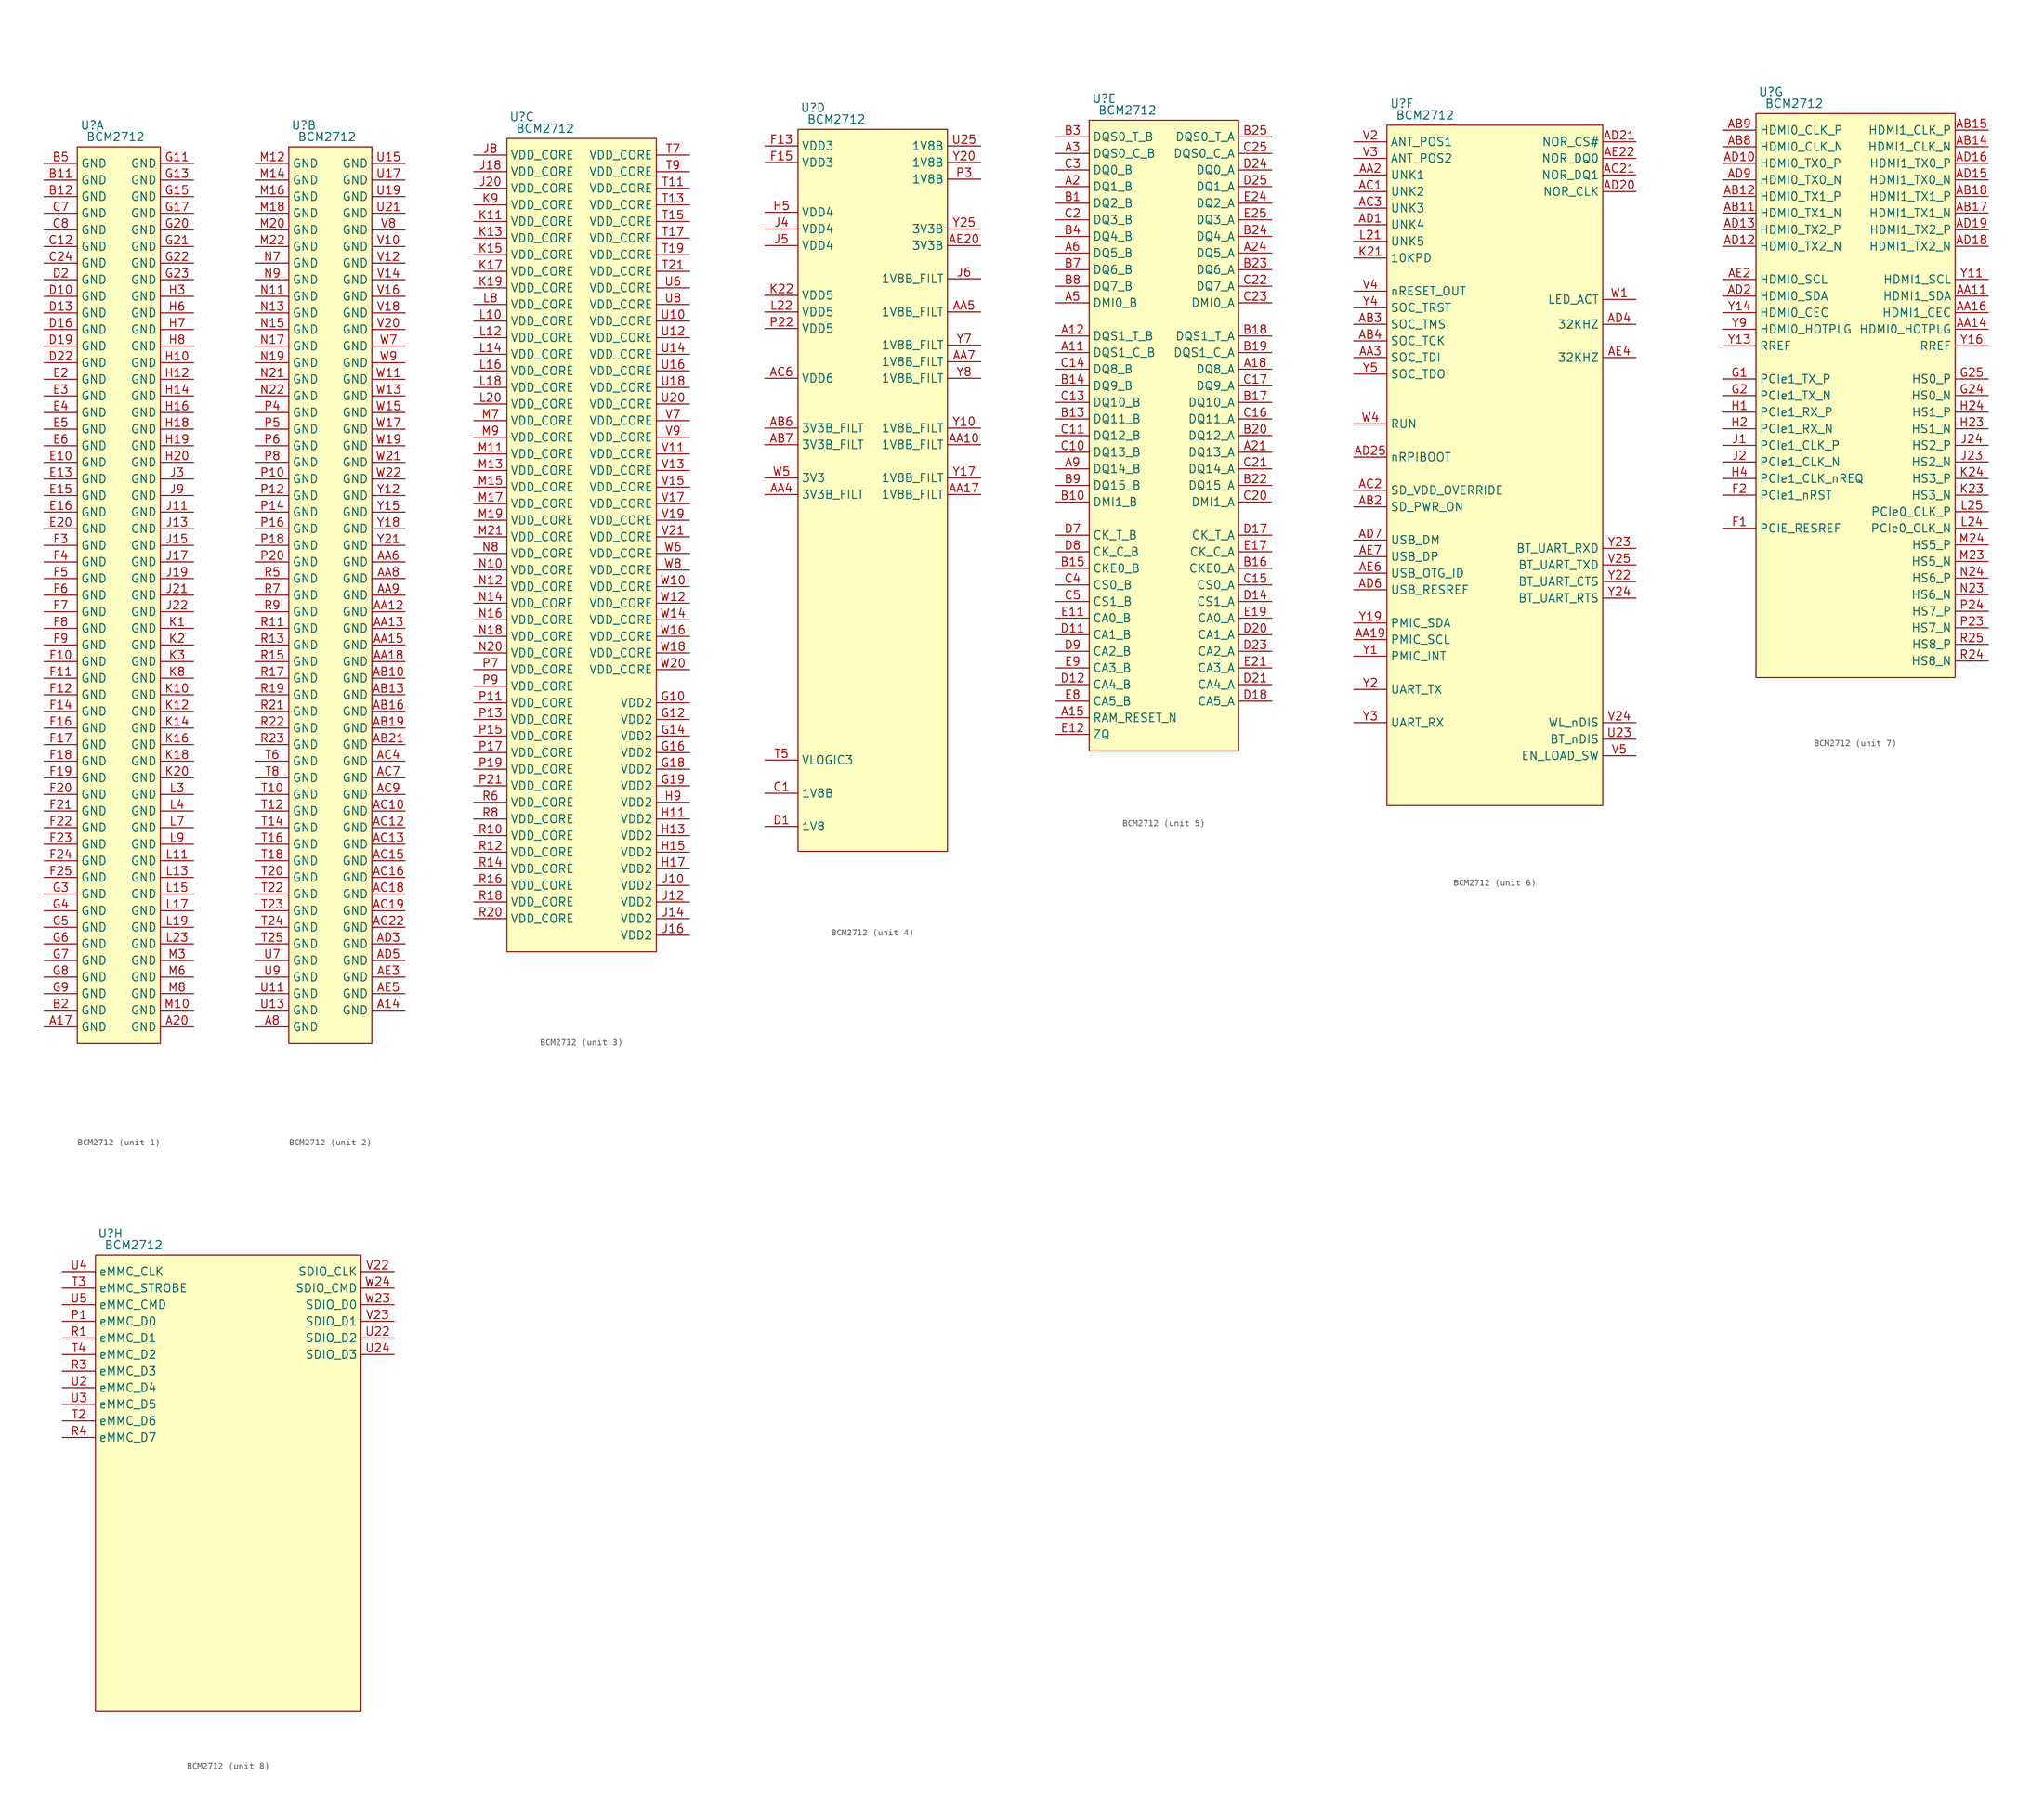
<source format=kicad_sym>
(kicad_symbol_lib
  (version 20241209)
  (generator "kicad_symbol_editor")
  (generator_version "9.0")
  (symbol "BCM2712"
    (property "Reference" "U"
      (at 2.286 3.302 0)
      (effects (font (size 1.27 1.27))))
    (property "Value" "BCM2712"
      (at 5.842 1.524 0)
      (effects (font (size 1.27 1.27))))
    (property "ki_locked" ""
      (at 0 0 0)
      (effects (font (size 1.27 1.27))))
    (symbol "BCM2712_1_0"
      (pin power_in line (at 17.78 -53.34 180) (length 5.08) (name "GND" (effects (font (size 1.27 1.27)))) (number "J9" (effects (font (size 1.27 1.27)))))
      (pin power_in line (at 17.78 -55.88 180) (length 5.08) (name "GND" (effects (font (size 1.27 1.27)))) (number "J11" (effects (font (size 1.27 1.27)))))
      (pin power_in line (at 17.78 -58.42 180) (length 5.08) (name "GND" (effects (font (size 1.27 1.27)))) (number "J13" (effects (font (size 1.27 1.27)))))
      (pin power_in line (at 17.78 -60.96 180) (length 5.08) (name "GND" (effects (font (size 1.27 1.27)))) (number "J15" (effects (font (size 1.27 1.27)))))
      (pin power_in line (at 17.78 -63.5 180) (length 5.08) (name "GND" (effects (font (size 1.27 1.27)))) (number "J17" (effects (font (size 1.27 1.27)))))
      (pin power_in line (at 17.78 -66.04 180) (length 5.08) (name "GND" (effects (font (size 1.27 1.27)))) (number "J19" (effects (font (size 1.27 1.27)))))
      (pin power_in line (at 17.78 -68.58 180) (length 5.08) (name "GND" (effects (font (size 1.27 1.27)))) (number "J21" (effects (font (size 1.27 1.27)))))
      (pin power_in line (at 17.78 -71.12 180) (length 5.08) (name "GND" (effects (font (size 1.27 1.27)))) (number "J22" (effects (font (size 1.27 1.27)))))
      (pin power_in line (at 17.78 -73.66 180) (length 5.08) (name "GND" (effects (font (size 1.27 1.27)))) (number "K1" (effects (font (size 1.27 1.27)))))
      (pin power_in line (at 17.78 -76.2 180) (length 5.08) (name "GND" (effects (font (size 1.27 1.27)))) (number "K2" (effects (font (size 1.27 1.27)))))
      (pin power_in line (at 17.78 -78.74 180) (length 5.08) (name "GND" (effects (font (size 1.27 1.27)))) (number "K3" (effects (font (size 1.27 1.27)))))
      (pin power_in line (at 17.78 -81.28 180) (length 5.08) (name "GND" (effects (font (size 1.27 1.27)))) (number "K8" (effects (font (size 1.27 1.27)))))
      (pin power_in line (at 17.78 -83.82 180) (length 5.08) (name "GND" (effects (font (size 1.27 1.27)))) (number "K10" (effects (font (size 1.27 1.27)))))
      (pin power_in line (at 17.78 -86.36 180) (length 5.08) (name "GND" (effects (font (size 1.27 1.27)))) (number "K12" (effects (font (size 1.27 1.27)))))
      (pin power_in line (at 17.78 -88.9 180) (length 5.08) (name "GND" (effects (font (size 1.27 1.27)))) (number "K14" (effects (font (size 1.27 1.27)))))
      (pin power_in line (at 17.78 -91.44 180) (length 5.08) (name "GND" (effects (font (size 1.27 1.27)))) (number "K16" (effects (font (size 1.27 1.27)))))
      (pin power_in line (at 17.78 -93.98 180) (length 5.08) (name "GND" (effects (font (size 1.27 1.27)))) (number "K18" (effects (font (size 1.27 1.27)))))
      (pin power_in line (at 17.78 -96.52 180) (length 5.08) (name "GND" (effects (font (size 1.27 1.27)))) (number "K20" (effects (font (size 1.27 1.27)))))
      (pin power_in line (at 17.78 -99.06 180) (length 5.08) (name "GND" (effects (font (size 1.27 1.27)))) (number "L3" (effects (font (size 1.27 1.27)))))
      (pin power_in line (at 17.78 -101.6 180) (length 5.08) (name "GND" (effects (font (size 1.27 1.27)))) (number "L4" (effects (font (size 1.27 1.27)))))
      (pin power_in line (at 17.78 -104.14 180) (length 5.08) (name "GND" (effects (font (size 1.27 1.27)))) (number "L7" (effects (font (size 1.27 1.27)))))
      (pin power_in line (at 17.78 -106.68 180) (length 5.08) (name "GND" (effects (font (size 1.27 1.27)))) (number "L9" (effects (font (size 1.27 1.27)))))
      (pin power_in line (at 17.78 -109.22 180) (length 5.08) (name "GND" (effects (font (size 1.27 1.27)))) (number "L11" (effects (font (size 1.27 1.27)))))
      (pin power_in line (at 17.78 -111.76 180) (length 5.08) (name "GND" (effects (font (size 1.27 1.27)))) (number "L13" (effects (font (size 1.27 1.27)))))
      (pin power_in line (at 17.78 -114.3 180) (length 5.08) (name "GND" (effects (font (size 1.27 1.27)))) (number "L15" (effects (font (size 1.27 1.27)))))
      (pin power_in line (at 17.78 -116.84 180) (length 5.08) (name "GND" (effects (font (size 1.27 1.27)))) (number "L17" (effects (font (size 1.27 1.27)))))
      (pin power_in line (at 17.78 -119.38 180) (length 5.08) (name "GND" (effects (font (size 1.27 1.27)))) (number "L19" (effects (font (size 1.27 1.27)))))
      (pin power_in line (at 17.78 -121.92 180) (length 5.08) (name "GND" (effects (font (size 1.27 1.27)))) (number "L23" (effects (font (size 1.27 1.27)))))
      (pin power_in line (at 17.78 -124.46 180) (length 5.08) (name "GND" (effects (font (size 1.27 1.27)))) (number "M3" (effects (font (size 1.27 1.27)))))
      (pin power_in line (at 17.78 -127 180) (length 5.08) (name "GND" (effects (font (size 1.27 1.27)))) (number "M6" (effects (font (size 1.27 1.27)))))
      (pin power_in line (at 17.78 -129.54 180) (length 5.08) (name "GND" (effects (font (size 1.27 1.27)))) (number "M8" (effects (font (size 1.27 1.27)))))
      (pin power_in line (at 17.78 -132.08 180) (length 5.08) (name "GND" (effects (font (size 1.27 1.27)))) (number "M10" (effects (font (size 1.27 1.27))))))
    (symbol "BCM2712_1_1"
      (rectangle (start 0 0) (end 12.7 -137.16) (stroke (width 0) (type solid)) (fill (type background)))
      (pin power_in line (at -5.08 -2.54 0) (length 5.08) (name "GND" (effects (font (size 1.27 1.27)))) (number "B5" (effects (font (size 1.27 1.27)))))
      (pin power_in line (at -5.08 -5.08 0) (length 5.08) (name "GND" (effects (font (size 1.27 1.27)))) (number "B11" (effects (font (size 1.27 1.27)))))
      (pin power_in line (at -5.08 -7.62 0) (length 5.08) (name "GND" (effects (font (size 1.27 1.27)))) (number "B12" (effects (font (size 1.27 1.27)))))
      (pin power_in line (at -5.08 -10.16 0) (length 5.08) (name "GND" (effects (font (size 1.27 1.27)))) (number "C7" (effects (font (size 1.27 1.27)))))
      (pin power_in line (at -5.08 -12.7 0) (length 5.08) (name "GND" (effects (font (size 1.27 1.27)))) (number "C8" (effects (font (size 1.27 1.27)))))
      (pin power_in line (at -5.08 -15.24 0) (length 5.08) (name "GND" (effects (font (size 1.27 1.27)))) (number "C12" (effects (font (size 1.27 1.27)))))
      (pin power_in line (at -5.08 -17.78 0) (length 5.08) (name "GND" (effects (font (size 1.27 1.27)))) (number "C24" (effects (font (size 1.27 1.27)))))
      (pin power_in line (at -5.08 -20.32 0) (length 5.08) (name "GND" (effects (font (size 1.27 1.27)))) (number "D2" (effects (font (size 1.27 1.27)))))
      (pin power_in line (at -5.08 -22.86 0) (length 5.08) (name "GND" (effects (font (size 1.27 1.27)))) (number "D10" (effects (font (size 1.27 1.27)))))
      (pin power_in line (at -5.08 -25.4 0) (length 5.08) (name "GND" (effects (font (size 1.27 1.27)))) (number "D13" (effects (font (size 1.27 1.27)))))
      (pin power_in line (at -5.08 -27.94 0) (length 5.08) (name "GND" (effects (font (size 1.27 1.27)))) (number "D16" (effects (font (size 1.27 1.27)))))
      (pin power_in line (at -5.08 -30.48 0) (length 5.08) (name "GND" (effects (font (size 1.27 1.27)))) (number "D19" (effects (font (size 1.27 1.27)))))
      (pin power_in line (at -5.08 -33.02 0) (length 5.08) (name "GND" (effects (font (size 1.27 1.27)))) (number "D22" (effects (font (size 1.27 1.27)))))
      (pin power_in line (at -5.08 -35.56 0) (length 5.08) (name "GND" (effects (font (size 1.27 1.27)))) (number "E2" (effects (font (size 1.27 1.27)))))
      (pin power_in line (at -5.08 -38.1 0) (length 5.08) (name "GND" (effects (font (size 1.27 1.27)))) (number "E3" (effects (font (size 1.27 1.27)))))
      (pin power_in line (at -5.08 -40.64 0) (length 5.08) (name "GND" (effects (font (size 1.27 1.27)))) (number "E4" (effects (font (size 1.27 1.27)))))
      (pin power_in line (at -5.08 -43.18 0) (length 5.08) (name "GND" (effects (font (size 1.27 1.27)))) (number "E5" (effects (font (size 1.27 1.27)))))
      (pin power_in line (at -5.08 -45.72 0) (length 5.08) (name "GND" (effects (font (size 1.27 1.27)))) (number "E6" (effects (font (size 1.27 1.27)))))
      (pin power_in line (at -5.08 -48.26 0) (length 5.08) (name "GND" (effects (font (size 1.27 1.27)))) (number "E10" (effects (font (size 1.27 1.27)))))
      (pin power_in line (at -5.08 -50.8 0) (length 5.08) (name "GND" (effects (font (size 1.27 1.27)))) (number "E13" (effects (font (size 1.27 1.27)))))
      (pin power_in line (at -5.08 -53.34 0) (length 5.08) (name "GND" (effects (font (size 1.27 1.27)))) (number "E15" (effects (font (size 1.27 1.27)))))
      (pin power_in line (at -5.08 -55.88 0) (length 5.08) (name "GND" (effects (font (size 1.27 1.27)))) (number "E16" (effects (font (size 1.27 1.27)))))
      (pin power_in line (at -5.08 -58.42 0) (length 5.08) (name "GND" (effects (font (size 1.27 1.27)))) (number "E20" (effects (font (size 1.27 1.27)))))
      (pin power_in line (at -5.08 -60.96 0) (length 5.08) (name "GND" (effects (font (size 1.27 1.27)))) (number "F3" (effects (font (size 1.27 1.27)))))
      (pin power_in line (at -5.08 -63.5 0) (length 5.08) (name "GND" (effects (font (size 1.27 1.27)))) (number "F4" (effects (font (size 1.27 1.27)))))
      (pin power_in line (at -5.08 -66.04 0) (length 5.08) (name "GND" (effects (font (size 1.27 1.27)))) (number "F5" (effects (font (size 1.27 1.27)))))
      (pin power_in line (at -5.08 -68.58 0) (length 5.08) (name "GND" (effects (font (size 1.27 1.27)))) (number "F6" (effects (font (size 1.27 1.27)))))
      (pin power_in line (at -5.08 -71.12 0) (length 5.08) (name "GND" (effects (font (size 1.27 1.27)))) (number "F7" (effects (font (size 1.27 1.27)))))
      (pin power_in line (at -5.08 -73.66 0) (length 5.08) (name "GND" (effects (font (size 1.27 1.27)))) (number "F8" (effects (font (size 1.27 1.27)))))
      (pin power_in line (at -5.08 -76.2 0) (length 5.08) (name "GND" (effects (font (size 1.27 1.27)))) (number "F9" (effects (font (size 1.27 1.27)))))
      (pin power_in line (at -5.08 -78.74 0) (length 5.08) (name "GND" (effects (font (size 1.27 1.27)))) (number "F10" (effects (font (size 1.27 1.27)))))
      (pin power_in line (at -5.08 -81.28 0) (length 5.08) (name "GND" (effects (font (size 1.27 1.27)))) (number "F11" (effects (font (size 1.27 1.27)))))
      (pin power_in line (at -5.08 -83.82 0) (length 5.08) (name "GND" (effects (font (size 1.27 1.27)))) (number "F12" (effects (font (size 1.27 1.27)))))
      (pin power_in line (at -5.08 -86.36 0) (length 5.08) (name "GND" (effects (font (size 1.27 1.27)))) (number "F14" (effects (font (size 1.27 1.27)))))
      (pin power_in line (at -5.08 -88.9 0) (length 5.08) (name "GND" (effects (font (size 1.27 1.27)))) (number "F16" (effects (font (size 1.27 1.27)))))
      (pin power_in line (at -5.08 -91.44 0) (length 5.08) (name "GND" (effects (font (size 1.27 1.27)))) (number "F17" (effects (font (size 1.27 1.27)))))
      (pin power_in line (at -5.08 -93.98 0) (length 5.08) (name "GND" (effects (font (size 1.27 1.27)))) (number "F18" (effects (font (size 1.27 1.27)))))
      (pin power_in line (at -5.08 -96.52 0) (length 5.08) (name "GND" (effects (font (size 1.27 1.27)))) (number "F19" (effects (font (size 1.27 1.27)))))
      (pin power_in line (at -5.08 -99.06 0) (length 5.08) (name "GND" (effects (font (size 1.27 1.27)))) (number "F20" (effects (font (size 1.27 1.27)))))
      (pin power_in line (at -5.08 -101.6 0) (length 5.08) (name "GND" (effects (font (size 1.27 1.27)))) (number "F21" (effects (font (size 1.27 1.27)))))
      (pin power_in line (at -5.08 -104.14 0) (length 5.08) (name "GND" (effects (font (size 1.27 1.27)))) (number "F22" (effects (font (size 1.27 1.27)))))
      (pin power_in line (at -5.08 -106.68 0) (length 5.08) (name "GND" (effects (font (size 1.27 1.27)))) (number "F23" (effects (font (size 1.27 1.27)))))
      (pin power_in line (at -5.08 -109.22 0) (length 5.08) (name "GND" (effects (font (size 1.27 1.27)))) (number "F24" (effects (font (size 1.27 1.27)))))
      (pin power_in line (at -5.08 -111.76 0) (length 5.08) (name "GND" (effects (font (size 1.27 1.27)))) (number "F25" (effects (font (size 1.27 1.27)))))
      (pin power_in line (at -5.08 -114.3 0) (length 5.08) (name "GND" (effects (font (size 1.27 1.27)))) (number "G3" (effects (font (size 1.27 1.27)))))
      (pin power_in line (at -5.08 -116.84 0) (length 5.08) (name "GND" (effects (font (size 1.27 1.27)))) (number "G4" (effects (font (size 1.27 1.27)))))
      (pin power_in line (at -5.08 -119.38 0) (length 5.08) (name "GND" (effects (font (size 1.27 1.27)))) (number "G5" (effects (font (size 1.27 1.27)))))
      (pin power_in line (at -5.08 -121.92 0) (length 5.08) (name "GND" (effects (font (size 1.27 1.27)))) (number "G6" (effects (font (size 1.27 1.27)))))
      (pin power_in line (at -5.08 -124.46 0) (length 5.08) (name "GND" (effects (font (size 1.27 1.27)))) (number "G7" (effects (font (size 1.27 1.27)))))
      (pin power_in line (at -5.08 -127 0) (length 5.08) (name "GND" (effects (font (size 1.27 1.27)))) (number "G8" (effects (font (size 1.27 1.27)))))
      (pin power_in line (at -5.08 -129.54 0) (length 5.08) (name "GND" (effects (font (size 1.27 1.27)))) (number "G9" (effects (font (size 1.27 1.27)))))
      (pin power_in line (at -5.08 -132.08 0) (length 5.08) (name "GND" (effects (font (size 1.27 1.27)))) (number "B2" (effects (font (size 1.27 1.27)))))
      (pin power_in line (at -5.08 -134.62 0) (length 5.08) (name "GND" (effects (font (size 1.27 1.27)))) (number "A17" (effects (font (size 1.27 1.27)))))
      (pin power_in line (at 17.78 -2.54 180) (length 5.08) (name "GND" (effects (font (size 1.27 1.27)))) (number "G11" (effects (font (size 1.27 1.27)))))
      (pin power_in line (at 17.78 -5.08 180) (length 5.08) (name "GND" (effects (font (size 1.27 1.27)))) (number "G13" (effects (font (size 1.27 1.27)))))
      (pin power_in line (at 17.78 -7.62 180) (length 5.08) (name "GND" (effects (font (size 1.27 1.27)))) (number "G15" (effects (font (size 1.27 1.27)))))
      (pin power_in line (at 17.78 -10.16 180) (length 5.08) (name "GND" (effects (font (size 1.27 1.27)))) (number "G17" (effects (font (size 1.27 1.27)))))
      (pin power_in line (at 17.78 -12.7 180) (length 5.08) (name "GND" (effects (font (size 1.27 1.27)))) (number "G20" (effects (font (size 1.27 1.27)))))
      (pin power_in line (at 17.78 -15.24 180) (length 5.08) (name "GND" (effects (font (size 1.27 1.27)))) (number "G21" (effects (font (size 1.27 1.27)))))
      (pin power_in line (at 17.78 -17.78 180) (length 5.08) (name "GND" (effects (font (size 1.27 1.27)))) (number "G22" (effects (font (size 1.27 1.27)))))
      (pin power_in line (at 17.78 -20.32 180) (length 5.08) (name "GND" (effects (font (size 1.27 1.27)))) (number "G23" (effects (font (size 1.27 1.27)))))
      (pin power_in line (at 17.78 -22.86 180) (length 5.08) (name "GND" (effects (font (size 1.27 1.27)))) (number "H3" (effects (font (size 1.27 1.27)))))
      (pin power_in line (at 17.78 -25.4 180) (length 5.08) (name "GND" (effects (font (size 1.27 1.27)))) (number "H6" (effects (font (size 1.27 1.27)))))
      (pin power_in line (at 17.78 -27.94 180) (length 5.08) (name "GND" (effects (font (size 1.27 1.27)))) (number "H7" (effects (font (size 1.27 1.27)))))
      (pin power_in line (at 17.78 -30.48 180) (length 5.08) (name "GND" (effects (font (size 1.27 1.27)))) (number "H8" (effects (font (size 1.27 1.27)))))
      (pin power_in line (at 17.78 -33.02 180) (length 5.08) (name "GND" (effects (font (size 1.27 1.27)))) (number "H10" (effects (font (size 1.27 1.27)))))
      (pin power_in line (at 17.78 -35.56 180) (length 5.08) (name "GND" (effects (font (size 1.27 1.27)))) (number "H12" (effects (font (size 1.27 1.27)))))
      (pin power_in line (at 17.78 -38.1 180) (length 5.08) (name "GND" (effects (font (size 1.27 1.27)))) (number "H14" (effects (font (size 1.27 1.27)))))
      (pin power_in line (at 17.78 -40.64 180) (length 5.08) (name "GND" (effects (font (size 1.27 1.27)))) (number "H16" (effects (font (size 1.27 1.27)))))
      (pin power_in line (at 17.78 -43.18 180) (length 5.08) (name "GND" (effects (font (size 1.27 1.27)))) (number "H18" (effects (font (size 1.27 1.27)))))
      (pin power_in line (at 17.78 -45.72 180) (length 5.08) (name "GND" (effects (font (size 1.27 1.27)))) (number "H19" (effects (font (size 1.27 1.27)))))
      (pin power_in line (at 17.78 -48.26 180) (length 5.08) (name "GND" (effects (font (size 1.27 1.27)))) (number "H20" (effects (font (size 1.27 1.27)))))
      (pin power_in line (at 17.78 -50.8 180) (length 5.08) (name "GND" (effects (font (size 1.27 1.27)))) (number "J3" (effects (font (size 1.27 1.27)))))
      (pin power_in line (at 17.78 -134.62 180) (length 5.08) (name "GND" (effects (font (size 1.27 1.27)))) (number "A20" (effects (font (size 1.27 1.27))))))
    (symbol "BCM2712_2_0"
      (pin power_in line (at -5.08 -2.54 0) (length 5.08) (name "GND" (effects (font (size 1.27 1.27)))) (number "M12" (effects (font (size 1.27 1.27)))))
      (pin power_in line (at -5.08 -5.08 0) (length 5.08) (name "GND" (effects (font (size 1.27 1.27)))) (number "M14" (effects (font (size 1.27 1.27)))))
      (pin power_in line (at -5.08 -7.62 0) (length 5.08) (name "GND" (effects (font (size 1.27 1.27)))) (number "M16" (effects (font (size 1.27 1.27)))))
      (pin power_in line (at -5.08 -10.16 0) (length 5.08) (name "GND" (effects (font (size 1.27 1.27)))) (number "M18" (effects (font (size 1.27 1.27)))))
      (pin power_in line (at -5.08 -12.7 0) (length 5.08) (name "GND" (effects (font (size 1.27 1.27)))) (number "M20" (effects (font (size 1.27 1.27)))))
      (pin power_in line (at -5.08 -15.24 0) (length 5.08) (name "GND" (effects (font (size 1.27 1.27)))) (number "M22" (effects (font (size 1.27 1.27)))))
      (pin power_in line (at -5.08 -17.78 0) (length 5.08) (name "GND" (effects (font (size 1.27 1.27)))) (number "N7" (effects (font (size 1.27 1.27)))))
      (pin power_in line (at -5.08 -20.32 0) (length 5.08) (name "GND" (effects (font (size 1.27 1.27)))) (number "N9" (effects (font (size 1.27 1.27)))))
      (pin power_in line (at -5.08 -22.86 0) (length 5.08) (name "GND" (effects (font (size 1.27 1.27)))) (number "N11" (effects (font (size 1.27 1.27)))))
      (pin power_in line (at -5.08 -25.4 0) (length 5.08) (name "GND" (effects (font (size 1.27 1.27)))) (number "N13" (effects (font (size 1.27 1.27)))))
      (pin power_in line (at -5.08 -27.94 0) (length 5.08) (name "GND" (effects (font (size 1.27 1.27)))) (number "N15" (effects (font (size 1.27 1.27)))))
      (pin power_in line (at -5.08 -30.48 0) (length 5.08) (name "GND" (effects (font (size 1.27 1.27)))) (number "N17" (effects (font (size 1.27 1.27)))))
      (pin power_in line (at -5.08 -33.02 0) (length 5.08) (name "GND" (effects (font (size 1.27 1.27)))) (number "N19" (effects (font (size 1.27 1.27)))))
      (pin power_in line (at -5.08 -35.56 0) (length 5.08) (name "GND" (effects (font (size 1.27 1.27)))) (number "N21" (effects (font (size 1.27 1.27)))))
      (pin power_in line (at -5.08 -38.1 0) (length 5.08) (name "GND" (effects (font (size 1.27 1.27)))) (number "N22" (effects (font (size 1.27 1.27))))))
    (symbol "BCM2712_2_1"
      (rectangle (start 0 0) (end 12.7 -137.16) (stroke (width 0) (type solid)) (fill (type background)))
      (pin power_in line (at -5.08 -40.64 0) (length 5.08) (name "GND" (effects (font (size 1.27 1.27)))) (number "P4" (effects (font (size 1.27 1.27)))))
      (pin power_in line (at -5.08 -43.18 0) (length 5.08) (name "GND" (effects (font (size 1.27 1.27)))) (number "P5" (effects (font (size 1.27 1.27)))))
      (pin power_in line (at -5.08 -45.72 0) (length 5.08) (name "GND" (effects (font (size 1.27 1.27)))) (number "P6" (effects (font (size 1.27 1.27)))))
      (pin power_in line (at -5.08 -48.26 0) (length 5.08) (name "GND" (effects (font (size 1.27 1.27)))) (number "P8" (effects (font (size 1.27 1.27)))))
      (pin power_in line (at -5.08 -50.8 0) (length 5.08) (name "GND" (effects (font (size 1.27 1.27)))) (number "P10" (effects (font (size 1.27 1.27)))))
      (pin power_in line (at -5.08 -53.34 0) (length 5.08) (name "GND" (effects (font (size 1.27 1.27)))) (number "P12" (effects (font (size 1.27 1.27)))))
      (pin power_in line (at -5.08 -55.88 0) (length 5.08) (name "GND" (effects (font (size 1.27 1.27)))) (number "P14" (effects (font (size 1.27 1.27)))))
      (pin power_in line (at -5.08 -58.42 0) (length 5.08) (name "GND" (effects (font (size 1.27 1.27)))) (number "P16" (effects (font (size 1.27 1.27)))))
      (pin power_in line (at -5.08 -60.96 0) (length 5.08) (name "GND" (effects (font (size 1.27 1.27)))) (number "P18" (effects (font (size 1.27 1.27)))))
      (pin power_in line (at -5.08 -63.5 0) (length 5.08) (name "GND" (effects (font (size 1.27 1.27)))) (number "P20" (effects (font (size 1.27 1.27)))))
      (pin power_in line (at -5.08 -66.04 0) (length 5.08) (name "GND" (effects (font (size 1.27 1.27)))) (number "R5" (effects (font (size 1.27 1.27)))))
      (pin power_in line (at -5.08 -68.58 0) (length 5.08) (name "GND" (effects (font (size 1.27 1.27)))) (number "R7" (effects (font (size 1.27 1.27)))))
      (pin power_in line (at -5.08 -71.12 0) (length 5.08) (name "GND" (effects (font (size 1.27 1.27)))) (number "R9" (effects (font (size 1.27 1.27)))))
      (pin power_in line (at -5.08 -73.66 0) (length 5.08) (name "GND" (effects (font (size 1.27 1.27)))) (number "R11" (effects (font (size 1.27 1.27)))))
      (pin power_in line (at -5.08 -76.2 0) (length 5.08) (name "GND" (effects (font (size 1.27 1.27)))) (number "R13" (effects (font (size 1.27 1.27)))))
      (pin power_in line (at -5.08 -78.74 0) (length 5.08) (name "GND" (effects (font (size 1.27 1.27)))) (number "R15" (effects (font (size 1.27 1.27)))))
      (pin power_in line (at -5.08 -81.28 0) (length 5.08) (name "GND" (effects (font (size 1.27 1.27)))) (number "R17" (effects (font (size 1.27 1.27)))))
      (pin power_in line (at -5.08 -83.82 0) (length 5.08) (name "GND" (effects (font (size 1.27 1.27)))) (number "R19" (effects (font (size 1.27 1.27)))))
      (pin power_in line (at -5.08 -86.36 0) (length 5.08) (name "GND" (effects (font (size 1.27 1.27)))) (number "R21" (effects (font (size 1.27 1.27)))))
      (pin power_in line (at -5.08 -88.9 0) (length 5.08) (name "GND" (effects (font (size 1.27 1.27)))) (number "R22" (effects (font (size 1.27 1.27)))))
      (pin power_in line (at -5.08 -91.44 0) (length 5.08) (name "GND" (effects (font (size 1.27 1.27)))) (number "R23" (effects (font (size 1.27 1.27)))))
      (pin power_in line (at -5.08 -93.98 0) (length 5.08) (name "GND" (effects (font (size 1.27 1.27)))) (number "T6" (effects (font (size 1.27 1.27)))))
      (pin power_in line (at -5.08 -96.52 0) (length 5.08) (name "GND" (effects (font (size 1.27 1.27)))) (number "T8" (effects (font (size 1.27 1.27)))))
      (pin power_in line (at -5.08 -99.06 0) (length 5.08) (name "GND" (effects (font (size 1.27 1.27)))) (number "T10" (effects (font (size 1.27 1.27)))))
      (pin power_in line (at -5.08 -101.6 0) (length 5.08) (name "GND" (effects (font (size 1.27 1.27)))) (number "T12" (effects (font (size 1.27 1.27)))))
      (pin power_in line (at -5.08 -104.14 0) (length 5.08) (name "GND" (effects (font (size 1.27 1.27)))) (number "T14" (effects (font (size 1.27 1.27)))))
      (pin power_in line (at -5.08 -106.68 0) (length 5.08) (name "GND" (effects (font (size 1.27 1.27)))) (number "T16" (effects (font (size 1.27 1.27)))))
      (pin power_in line (at -5.08 -109.22 0) (length 5.08) (name "GND" (effects (font (size 1.27 1.27)))) (number "T18" (effects (font (size 1.27 1.27)))))
      (pin power_in line (at -5.08 -111.76 0) (length 5.08) (name "GND" (effects (font (size 1.27 1.27)))) (number "T20" (effects (font (size 1.27 1.27)))))
      (pin power_in line (at -5.08 -114.3 0) (length 5.08) (name "GND" (effects (font (size 1.27 1.27)))) (number "T22" (effects (font (size 1.27 1.27)))))
      (pin power_in line (at -5.08 -116.84 0) (length 5.08) (name "GND" (effects (font (size 1.27 1.27)))) (number "T23" (effects (font (size 1.27 1.27)))))
      (pin power_in line (at -5.08 -119.38 0) (length 5.08) (name "GND" (effects (font (size 1.27 1.27)))) (number "T24" (effects (font (size 1.27 1.27)))))
      (pin power_in line (at -5.08 -121.92 0) (length 5.08) (name "GND" (effects (font (size 1.27 1.27)))) (number "T25" (effects (font (size 1.27 1.27)))))
      (pin power_in line (at -5.08 -124.46 0) (length 5.08) (name "GND" (effects (font (size 1.27 1.27)))) (number "U7" (effects (font (size 1.27 1.27)))))
      (pin power_in line (at -5.08 -127 0) (length 5.08) (name "GND" (effects (font (size 1.27 1.27)))) (number "U9" (effects (font (size 1.27 1.27)))))
      (pin power_in line (at -5.08 -129.54 0) (length 5.08) (name "GND" (effects (font (size 1.27 1.27)))) (number "U11" (effects (font (size 1.27 1.27)))))
      (pin power_in line (at -5.08 -132.08 0) (length 5.08) (name "GND" (effects (font (size 1.27 1.27)))) (number "U13" (effects (font (size 1.27 1.27)))))
      (pin power_in line (at -5.08 -134.62 0) (length 5.08) (name "GND" (effects (font (size 1.27 1.27)))) (number "A8" (effects (font (size 1.27 1.27)))))
      (pin power_in line (at 17.78 -2.54 180) (length 5.08) (name "GND" (effects (font (size 1.27 1.27)))) (number "U15" (effects (font (size 1.27 1.27)))))
      (pin power_in line (at 17.78 -5.08 180) (length 5.08) (name "GND" (effects (font (size 1.27 1.27)))) (number "U17" (effects (font (size 1.27 1.27)))))
      (pin power_in line (at 17.78 -7.62 180) (length 5.08) (name "GND" (effects (font (size 1.27 1.27)))) (number "U19" (effects (font (size 1.27 1.27)))))
      (pin power_in line (at 17.78 -10.16 180) (length 5.08) (name "GND" (effects (font (size 1.27 1.27)))) (number "U21" (effects (font (size 1.27 1.27)))))
      (pin power_in line (at 17.78 -12.7 180) (length 5.08) (name "GND" (effects (font (size 1.27 1.27)))) (number "V8" (effects (font (size 1.27 1.27)))))
      (pin power_in line (at 17.78 -15.24 180) (length 5.08) (name "GND" (effects (font (size 1.27 1.27)))) (number "V10" (effects (font (size 1.27 1.27)))))
      (pin power_in line (at 17.78 -17.78 180) (length 5.08) (name "GND" (effects (font (size 1.27 1.27)))) (number "V12" (effects (font (size 1.27 1.27)))))
      (pin power_in line (at 17.78 -20.32 180) (length 5.08) (name "GND" (effects (font (size 1.27 1.27)))) (number "V14" (effects (font (size 1.27 1.27)))))
      (pin power_in line (at 17.78 -22.86 180) (length 5.08) (name "GND" (effects (font (size 1.27 1.27)))) (number "V16" (effects (font (size 1.27 1.27)))))
      (pin power_in line (at 17.78 -25.4 180) (length 5.08) (name "GND" (effects (font (size 1.27 1.27)))) (number "V18" (effects (font (size 1.27 1.27)))))
      (pin power_in line (at 17.78 -27.94 180) (length 5.08) (name "GND" (effects (font (size 1.27 1.27)))) (number "V20" (effects (font (size 1.27 1.27)))))
      (pin power_in line (at 17.78 -30.48 180) (length 5.08) (name "GND" (effects (font (size 1.27 1.27)))) (number "W7" (effects (font (size 1.27 1.27)))))
      (pin power_in line (at 17.78 -33.02 180) (length 5.08) (name "GND" (effects (font (size 1.27 1.27)))) (number "W9" (effects (font (size 1.27 1.27)))))
      (pin power_in line (at 17.78 -35.56 180) (length 5.08) (name "GND" (effects (font (size 1.27 1.27)))) (number "W11" (effects (font (size 1.27 1.27)))))
      (pin power_in line (at 17.78 -38.1 180) (length 5.08) (name "GND" (effects (font (size 1.27 1.27)))) (number "W13" (effects (font (size 1.27 1.27)))))
      (pin power_in line (at 17.78 -40.64 180) (length 5.08) (name "GND" (effects (font (size 1.27 1.27)))) (number "W15" (effects (font (size 1.27 1.27)))))
      (pin power_in line (at 17.78 -43.18 180) (length 5.08) (name "GND" (effects (font (size 1.27 1.27)))) (number "W17" (effects (font (size 1.27 1.27)))))
      (pin power_in line (at 17.78 -45.72 180) (length 5.08) (name "GND" (effects (font (size 1.27 1.27)))) (number "W19" (effects (font (size 1.27 1.27)))))
      (pin power_in line (at 17.78 -48.26 180) (length 5.08) (name "GND" (effects (font (size 1.27 1.27)))) (number "W21" (effects (font (size 1.27 1.27)))))
      (pin power_in line (at 17.78 -50.8 180) (length 5.08) (name "GND" (effects (font (size 1.27 1.27)))) (number "W22" (effects (font (size 1.27 1.27)))))
      (pin power_in line (at 17.78 -53.34 180) (length 5.08) (name "GND" (effects (font (size 1.27 1.27)))) (number "Y12" (effects (font (size 1.27 1.27)))))
      (pin power_in line (at 17.78 -55.88 180) (length 5.08) (name "GND" (effects (font (size 1.27 1.27)))) (number "Y15" (effects (font (size 1.27 1.27)))))
      (pin power_in line (at 17.78 -58.42 180) (length 5.08) (name "GND" (effects (font (size 1.27 1.27)))) (number "Y18" (effects (font (size 1.27 1.27)))))
      (pin power_in line (at 17.78 -60.96 180) (length 5.08) (name "GND" (effects (font (size 1.27 1.27)))) (number "Y21" (effects (font (size 1.27 1.27)))))
      (pin power_in line (at 17.78 -63.5 180) (length 5.08) (name "GND" (effects (font (size 1.27 1.27)))) (number "AA6" (effects (font (size 1.27 1.27)))))
      (pin power_in line (at 17.78 -66.04 180) (length 5.08) (name "GND" (effects (font (size 1.27 1.27)))) (number "AA8" (effects (font (size 1.27 1.27)))))
      (pin power_in line (at 17.78 -68.58 180) (length 5.08) (name "GND" (effects (font (size 1.27 1.27)))) (number "AA9" (effects (font (size 1.27 1.27)))))
      (pin power_in line (at 17.78 -71.12 180) (length 5.08) (name "GND" (effects (font (size 1.27 1.27)))) (number "AA12" (effects (font (size 1.27 1.27)))))
      (pin power_in line (at 17.78 -73.66 180) (length 5.08) (name "GND" (effects (font (size 1.27 1.27)))) (number "AA13" (effects (font (size 1.27 1.27)))))
      (pin power_in line (at 17.78 -76.2 180) (length 5.08) (name "GND" (effects (font (size 1.27 1.27)))) (number "AA15" (effects (font (size 1.27 1.27)))))
      (pin power_in line (at 17.78 -78.74 180) (length 5.08) (name "GND" (effects (font (size 1.27 1.27)))) (number "AA18" (effects (font (size 1.27 1.27)))))
      (pin power_in line (at 17.78 -81.28 180) (length 5.08) (name "GND" (effects (font (size 1.27 1.27)))) (number "AB10" (effects (font (size 1.27 1.27)))))
      (pin power_in line (at 17.78 -83.82 180) (length 5.08) (name "GND" (effects (font (size 1.27 1.27)))) (number "AB13" (effects (font (size 1.27 1.27)))))
      (pin power_in line (at 17.78 -86.36 180) (length 5.08) (name "GND" (effects (font (size 1.27 1.27)))) (number "AB16" (effects (font (size 1.27 1.27)))))
      (pin power_in line (at 17.78 -88.9 180) (length 5.08) (name "GND" (effects (font (size 1.27 1.27)))) (number "AB19" (effects (font (size 1.27 1.27)))))
      (pin power_in line (at 17.78 -91.44 180) (length 5.08) (name "GND" (effects (font (size 1.27 1.27)))) (number "AB21" (effects (font (size 1.27 1.27)))))
      (pin power_in line (at 17.78 -93.98 180) (length 5.08) (name "GND" (effects (font (size 1.27 1.27)))) (number "AC4" (effects (font (size 1.27 1.27)))))
      (pin power_in line (at 17.78 -96.52 180) (length 5.08) (name "GND" (effects (font (size 1.27 1.27)))) (number "AC7" (effects (font (size 1.27 1.27)))))
      (pin power_in line (at 17.78 -99.06 180) (length 5.08) (name "GND" (effects (font (size 1.27 1.27)))) (number "AC9" (effects (font (size 1.27 1.27)))))
      (pin power_in line (at 17.78 -101.6 180) (length 5.08) (name "GND" (effects (font (size 1.27 1.27)))) (number "AC10" (effects (font (size 1.27 1.27)))))
      (pin power_in line (at 17.78 -104.14 180) (length 5.08) (name "GND" (effects (font (size 1.27 1.27)))) (number "AC12" (effects (font (size 1.27 1.27)))))
      (pin power_in line (at 17.78 -106.68 180) (length 5.08) (name "GND" (effects (font (size 1.27 1.27)))) (number "AC13" (effects (font (size 1.27 1.27)))))
      (pin power_in line (at 17.78 -109.22 180) (length 5.08) (name "GND" (effects (font (size 1.27 1.27)))) (number "AC15" (effects (font (size 1.27 1.27)))))
      (pin power_in line (at 17.78 -111.76 180) (length 5.08) (name "GND" (effects (font (size 1.27 1.27)))) (number "AC16" (effects (font (size 1.27 1.27)))))
      (pin power_in line (at 17.78 -114.3 180) (length 5.08) (name "GND" (effects (font (size 1.27 1.27)))) (number "AC18" (effects (font (size 1.27 1.27)))))
      (pin power_in line (at 17.78 -116.84 180) (length 5.08) (name "GND" (effects (font (size 1.27 1.27)))) (number "AC19" (effects (font (size 1.27 1.27)))))
      (pin power_in line (at 17.78 -119.38 180) (length 5.08) (name "GND" (effects (font (size 1.27 1.27)))) (number "AC22" (effects (font (size 1.27 1.27)))))
      (pin power_in line (at 17.78 -121.92 180) (length 5.08) (name "GND" (effects (font (size 1.27 1.27)))) (number "AD3" (effects (font (size 1.27 1.27)))))
      (pin power_in line (at 17.78 -124.46 180) (length 5.08) (name "GND" (effects (font (size 1.27 1.27)))) (number "AD5" (effects (font (size 1.27 1.27)))))
      (pin power_in line (at 17.78 -127 180) (length 5.08) (name "GND" (effects (font (size 1.27 1.27)))) (number "AE3" (effects (font (size 1.27 1.27)))))
      (pin power_in line (at 17.78 -129.54 180) (length 5.08) (name "GND" (effects (font (size 1.27 1.27)))) (number "AE5" (effects (font (size 1.27 1.27)))))
      (pin power_in line (at 17.78 -132.08 180) (length 5.08) (name "GND" (effects (font (size 1.27 1.27)))) (number "A14" (effects (font (size 1.27 1.27))))))
    (symbol "BCM2712_3_1"
      (rectangle (start 0 0) (end 22.86 -124.46) (stroke (width 0) (type solid)) (fill (type background)))
      (pin power_in line (at -5.08 -2.54 0) (length 5.08) (name "VDD_CORE" (effects (font (size 1.27 1.27)))) (number "J8" (effects (font (size 1.27 1.27)))))
      (pin power_in line (at -5.08 -5.08 0) (length 5.08) (name "VDD_CORE" (effects (font (size 1.27 1.27)))) (number "J18" (effects (font (size 1.27 1.27)))))
      (pin power_in line (at -5.08 -7.62 0) (length 5.08) (name "VDD_CORE" (effects (font (size 1.27 1.27)))) (number "J20" (effects (font (size 1.27 1.27)))))
      (pin power_in line (at -5.08 -10.16 0) (length 5.08) (name "VDD_CORE" (effects (font (size 1.27 1.27)))) (number "K9" (effects (font (size 1.27 1.27)))))
      (pin power_in line (at -5.08 -12.7 0) (length 5.08) (name "VDD_CORE" (effects (font (size 1.27 1.27)))) (number "K11" (effects (font (size 1.27 1.27)))))
      (pin power_in line (at -5.08 -15.24 0) (length 5.08) (name "VDD_CORE" (effects (font (size 1.27 1.27)))) (number "K13" (effects (font (size 1.27 1.27)))))
      (pin power_in line (at -5.08 -17.78 0) (length 5.08) (name "VDD_CORE" (effects (font (size 1.27 1.27)))) (number "K15" (effects (font (size 1.27 1.27)))))
      (pin power_in line (at -5.08 -20.32 0) (length 5.08) (name "VDD_CORE" (effects (font (size 1.27 1.27)))) (number "K17" (effects (font (size 1.27 1.27)))))
      (pin power_in line (at -5.08 -22.86 0) (length 5.08) (name "VDD_CORE" (effects (font (size 1.27 1.27)))) (number "K19" (effects (font (size 1.27 1.27)))))
      (pin power_in line (at -5.08 -25.4 0) (length 5.08) (name "VDD_CORE" (effects (font (size 1.27 1.27)))) (number "L8" (effects (font (size 1.27 1.27)))))
      (pin power_in line (at -5.08 -27.94 0) (length 5.08) (name "VDD_CORE" (effects (font (size 1.27 1.27)))) (number "L10" (effects (font (size 1.27 1.27)))))
      (pin power_in line (at -5.08 -30.48 0) (length 5.08) (name "VDD_CORE" (effects (font (size 1.27 1.27)))) (number "L12" (effects (font (size 1.27 1.27)))))
      (pin power_in line (at -5.08 -33.02 0) (length 5.08) (name "VDD_CORE" (effects (font (size 1.27 1.27)))) (number "L14" (effects (font (size 1.27 1.27)))))
      (pin power_in line (at -5.08 -35.56 0) (length 5.08) (name "VDD_CORE" (effects (font (size 1.27 1.27)))) (number "L16" (effects (font (size 1.27 1.27)))))
      (pin power_in line (at -5.08 -38.1 0) (length 5.08) (name "VDD_CORE" (effects (font (size 1.27 1.27)))) (number "L18" (effects (font (size 1.27 1.27)))))
      (pin power_in line (at -5.08 -40.64 0) (length 5.08) (name "VDD_CORE" (effects (font (size 1.27 1.27)))) (number "L20" (effects (font (size 1.27 1.27)))))
      (pin power_in line (at -5.08 -43.18 0) (length 5.08) (name "VDD_CORE" (effects (font (size 1.27 1.27)))) (number "M7" (effects (font (size 1.27 1.27)))))
      (pin power_in line (at -5.08 -45.72 0) (length 5.08) (name "VDD_CORE" (effects (font (size 1.27 1.27)))) (number "M9" (effects (font (size 1.27 1.27)))))
      (pin power_in line (at -5.08 -48.26 0) (length 5.08) (name "VDD_CORE" (effects (font (size 1.27 1.27)))) (number "M11" (effects (font (size 1.27 1.27)))))
      (pin power_in line (at -5.08 -50.8 0) (length 5.08) (name "VDD_CORE" (effects (font (size 1.27 1.27)))) (number "M13" (effects (font (size 1.27 1.27)))))
      (pin power_in line (at -5.08 -53.34 0) (length 5.08) (name "VDD_CORE" (effects (font (size 1.27 1.27)))) (number "M15" (effects (font (size 1.27 1.27)))))
      (pin power_in line (at -5.08 -55.88 0) (length 5.08) (name "VDD_CORE" (effects (font (size 1.27 1.27)))) (number "M17" (effects (font (size 1.27 1.27)))))
      (pin power_in line (at -5.08 -58.42 0) (length 5.08) (name "VDD_CORE" (effects (font (size 1.27 1.27)))) (number "M19" (effects (font (size 1.27 1.27)))))
      (pin power_in line (at -5.08 -60.96 0) (length 5.08) (name "VDD_CORE" (effects (font (size 1.27 1.27)))) (number "M21" (effects (font (size 1.27 1.27)))))
      (pin power_in line (at -5.08 -63.5 0) (length 5.08) (name "VDD_CORE" (effects (font (size 1.27 1.27)))) (number "N8" (effects (font (size 1.27 1.27)))))
      (pin power_in line (at -5.08 -66.04 0) (length 5.08) (name "VDD_CORE" (effects (font (size 1.27 1.27)))) (number "N10" (effects (font (size 1.27 1.27)))))
      (pin power_in line (at -5.08 -68.58 0) (length 5.08) (name "VDD_CORE" (effects (font (size 1.27 1.27)))) (number "N12" (effects (font (size 1.27 1.27)))))
      (pin power_in line (at -5.08 -71.12 0) (length 5.08) (name "VDD_CORE" (effects (font (size 1.27 1.27)))) (number "N14" (effects (font (size 1.27 1.27)))))
      (pin power_in line (at -5.08 -73.66 0) (length 5.08) (name "VDD_CORE" (effects (font (size 1.27 1.27)))) (number "N16" (effects (font (size 1.27 1.27)))))
      (pin power_in line (at -5.08 -76.2 0) (length 5.08) (name "VDD_CORE" (effects (font (size 1.27 1.27)))) (number "N18" (effects (font (size 1.27 1.27)))))
      (pin power_in line (at -5.08 -78.74 0) (length 5.08) (name "VDD_CORE" (effects (font (size 1.27 1.27)))) (number "N20" (effects (font (size 1.27 1.27)))))
      (pin power_in line (at -5.08 -81.28 0) (length 5.08) (name "VDD_CORE" (effects (font (size 1.27 1.27)))) (number "P7" (effects (font (size 1.27 1.27)))))
      (pin power_in line (at -5.08 -83.82 0) (length 5.08) (name "VDD_CORE" (effects (font (size 1.27 1.27)))) (number "P9" (effects (font (size 1.27 1.27)))))
      (pin power_in line (at -5.08 -86.36 0) (length 5.08) (name "VDD_CORE" (effects (font (size 1.27 1.27)))) (number "P11" (effects (font (size 1.27 1.27)))))
      (pin power_in line (at -5.08 -88.9 0) (length 5.08) (name "VDD_CORE" (effects (font (size 1.27 1.27)))) (number "P13" (effects (font (size 1.27 1.27)))))
      (pin power_in line (at -5.08 -91.44 0) (length 5.08) (name "VDD_CORE" (effects (font (size 1.27 1.27)))) (number "P15" (effects (font (size 1.27 1.27)))))
      (pin power_in line (at -5.08 -93.98 0) (length 5.08) (name "VDD_CORE" (effects (font (size 1.27 1.27)))) (number "P17" (effects (font (size 1.27 1.27)))))
      (pin power_in line (at -5.08 -96.52 0) (length 5.08) (name "VDD_CORE" (effects (font (size 1.27 1.27)))) (number "P19" (effects (font (size 1.27 1.27)))))
      (pin power_in line (at -5.08 -99.06 0) (length 5.08) (name "VDD_CORE" (effects (font (size 1.27 1.27)))) (number "P21" (effects (font (size 1.27 1.27)))))
      (pin power_in line (at -5.08 -101.6 0) (length 5.08) (name "VDD_CORE" (effects (font (size 1.27 1.27)))) (number "R6" (effects (font (size 1.27 1.27)))))
      (pin power_in line (at -5.08 -104.14 0) (length 5.08) (name "VDD_CORE" (effects (font (size 1.27 1.27)))) (number "R8" (effects (font (size 1.27 1.27)))))
      (pin power_in line (at -5.08 -106.68 0) (length 5.08) (name "VDD_CORE" (effects (font (size 1.27 1.27)))) (number "R10" (effects (font (size 1.27 1.27)))))
      (pin power_in line (at -5.08 -109.22 0) (length 5.08) (name "VDD_CORE" (effects (font (size 1.27 1.27)))) (number "R12" (effects (font (size 1.27 1.27)))))
      (pin power_in line (at -5.08 -111.76 0) (length 5.08) (name "VDD_CORE" (effects (font (size 1.27 1.27)))) (number "R14" (effects (font (size 1.27 1.27)))))
      (pin power_in line (at -5.08 -114.3 0) (length 5.08) (name "VDD_CORE" (effects (font (size 1.27 1.27)))) (number "R16" (effects (font (size 1.27 1.27)))))
      (pin power_in line (at -5.08 -116.84 0) (length 5.08) (name "VDD_CORE" (effects (font (size 1.27 1.27)))) (number "R18" (effects (font (size 1.27 1.27)))))
      (pin power_in line (at -5.08 -119.38 0) (length 5.08) (name "VDD_CORE" (effects (font (size 1.27 1.27)))) (number "R20" (effects (font (size 1.27 1.27)))))
      (pin power_in line (at 27.94 -2.54 180) (length 5.08) (name "VDD_CORE" (effects (font (size 1.27 1.27)))) (number "T7" (effects (font (size 1.27 1.27)))))
      (pin power_in line (at 27.94 -5.08 180) (length 5.08) (name "VDD_CORE" (effects (font (size 1.27 1.27)))) (number "T9" (effects (font (size 1.27 1.27)))))
      (pin power_in line (at 27.94 -7.62 180) (length 5.08) (name "VDD_CORE" (effects (font (size 1.27 1.27)))) (number "T11" (effects (font (size 1.27 1.27)))))
      (pin power_in line (at 27.94 -10.16 180) (length 5.08) (name "VDD_CORE" (effects (font (size 1.27 1.27)))) (number "T13" (effects (font (size 1.27 1.27)))))
      (pin power_in line (at 27.94 -12.7 180) (length 5.08) (name "VDD_CORE" (effects (font (size 1.27 1.27)))) (number "T15" (effects (font (size 1.27 1.27)))))
      (pin power_in line (at 27.94 -15.24 180) (length 5.08) (name "VDD_CORE" (effects (font (size 1.27 1.27)))) (number "T17" (effects (font (size 1.27 1.27)))))
      (pin power_in line (at 27.94 -17.78 180) (length 5.08) (name "VDD_CORE" (effects (font (size 1.27 1.27)))) (number "T19" (effects (font (size 1.27 1.27)))))
      (pin power_in line (at 27.94 -20.32 180) (length 5.08) (name "VDD_CORE" (effects (font (size 1.27 1.27)))) (number "T21" (effects (font (size 1.27 1.27)))))
      (pin power_in line (at 27.94 -22.86 180) (length 5.08) (name "VDD_CORE" (effects (font (size 1.27 1.27)))) (number "U6" (effects (font (size 1.27 1.27)))))
      (pin power_in line (at 27.94 -25.4 180) (length 5.08) (name "VDD_CORE" (effects (font (size 1.27 1.27)))) (number "U8" (effects (font (size 1.27 1.27)))))
      (pin power_in line (at 27.94 -27.94 180) (length 5.08) (name "VDD_CORE" (effects (font (size 1.27 1.27)))) (number "U10" (effects (font (size 1.27 1.27)))))
      (pin power_in line (at 27.94 -30.48 180) (length 5.08) (name "VDD_CORE" (effects (font (size 1.27 1.27)))) (number "U12" (effects (font (size 1.27 1.27)))))
      (pin power_in line (at 27.94 -33.02 180) (length 5.08) (name "VDD_CORE" (effects (font (size 1.27 1.27)))) (number "U14" (effects (font (size 1.27 1.27)))))
      (pin power_in line (at 27.94 -35.56 180) (length 5.08) (name "VDD_CORE" (effects (font (size 1.27 1.27)))) (number "U16" (effects (font (size 1.27 1.27)))))
      (pin power_in line (at 27.94 -38.1 180) (length 5.08) (name "VDD_CORE" (effects (font (size 1.27 1.27)))) (number "U18" (effects (font (size 1.27 1.27)))))
      (pin power_in line (at 27.94 -40.64 180) (length 5.08) (name "VDD_CORE" (effects (font (size 1.27 1.27)))) (number "U20" (effects (font (size 1.27 1.27)))))
      (pin power_in line (at 27.94 -43.18 180) (length 5.08) (name "VDD_CORE" (effects (font (size 1.27 1.27)))) (number "V7" (effects (font (size 1.27 1.27)))))
      (pin power_in line (at 27.94 -45.72 180) (length 5.08) (name "VDD_CORE" (effects (font (size 1.27 1.27)))) (number "V9" (effects (font (size 1.27 1.27)))))
      (pin power_in line (at 27.94 -48.26 180) (length 5.08) (name "VDD_CORE" (effects (font (size 1.27 1.27)))) (number "V11" (effects (font (size 1.27 1.27)))))
      (pin power_in line (at 27.94 -50.8 180) (length 5.08) (name "VDD_CORE" (effects (font (size 1.27 1.27)))) (number "V13" (effects (font (size 1.27 1.27)))))
      (pin power_in line (at 27.94 -53.34 180) (length 5.08) (name "VDD_CORE" (effects (font (size 1.27 1.27)))) (number "V15" (effects (font (size 1.27 1.27)))))
      (pin power_in line (at 27.94 -55.88 180) (length 5.08) (name "VDD_CORE" (effects (font (size 1.27 1.27)))) (number "V17" (effects (font (size 1.27 1.27)))))
      (pin power_in line (at 27.94 -58.42 180) (length 5.08) (name "VDD_CORE" (effects (font (size 1.27 1.27)))) (number "V19" (effects (font (size 1.27 1.27)))))
      (pin power_in line (at 27.94 -60.96 180) (length 5.08) (name "VDD_CORE" (effects (font (size 1.27 1.27)))) (number "V21" (effects (font (size 1.27 1.27)))))
      (pin power_in line (at 27.94 -63.5 180) (length 5.08) (name "VDD_CORE" (effects (font (size 1.27 1.27)))) (number "W6" (effects (font (size 1.27 1.27)))))
      (pin power_in line (at 27.94 -66.04 180) (length 5.08) (name "VDD_CORE" (effects (font (size 1.27 1.27)))) (number "W8" (effects (font (size 1.27 1.27)))))
      (pin power_in line (at 27.94 -68.58 180) (length 5.08) (name "VDD_CORE" (effects (font (size 1.27 1.27)))) (number "W10" (effects (font (size 1.27 1.27)))))
      (pin power_in line (at 27.94 -71.12 180) (length 5.08) (name "VDD_CORE" (effects (font (size 1.27 1.27)))) (number "W12" (effects (font (size 1.27 1.27)))))
      (pin power_in line (at 27.94 -73.66 180) (length 5.08) (name "VDD_CORE" (effects (font (size 1.27 1.27)))) (number "W14" (effects (font (size 1.27 1.27)))))
      (pin power_in line (at 27.94 -76.2 180) (length 5.08) (name "VDD_CORE" (effects (font (size 1.27 1.27)))) (number "W16" (effects (font (size 1.27 1.27)))))
      (pin power_in line (at 27.94 -78.74 180) (length 5.08) (name "VDD_CORE" (effects (font (size 1.27 1.27)))) (number "W18" (effects (font (size 1.27 1.27)))))
      (pin power_in line (at 27.94 -81.28 180) (length 5.08) (name "VDD_CORE" (effects (font (size 1.27 1.27)))) (number "W20" (effects (font (size 1.27 1.27)))))
      (pin power_in line (at 27.94 -86.36 180) (length 5.08) (name "VDD2" (effects (font (size 1.27 1.27)))) (number "G10" (effects (font (size 1.27 1.27)))))
      (pin power_in line (at 27.94 -88.9 180) (length 5.08) (name "VDD2" (effects (font (size 1.27 1.27)))) (number "G12" (effects (font (size 1.27 1.27)))))
      (pin power_in line (at 27.94 -91.44 180) (length 5.08) (name "VDD2" (effects (font (size 1.27 1.27)))) (number "G14" (effects (font (size 1.27 1.27)))))
      (pin power_in line (at 27.94 -93.98 180) (length 5.08) (name "VDD2" (effects (font (size 1.27 1.27)))) (number "G16" (effects (font (size 1.27 1.27)))))
      (pin power_in line (at 27.94 -96.52 180) (length 5.08) (name "VDD2" (effects (font (size 1.27 1.27)))) (number "G18" (effects (font (size 1.27 1.27)))))
      (pin power_in line (at 27.94 -99.06 180) (length 5.08) (name "VDD2" (effects (font (size 1.27 1.27)))) (number "G19" (effects (font (size 1.27 1.27)))))
      (pin power_in line (at 27.94 -101.6 180) (length 5.08) (name "VDD2" (effects (font (size 1.27 1.27)))) (number "H9" (effects (font (size 1.27 1.27)))))
      (pin power_in line (at 27.94 -104.14 180) (length 5.08) (name "VDD2" (effects (font (size 1.27 1.27)))) (number "H11" (effects (font (size 1.27 1.27)))))
      (pin power_in line (at 27.94 -106.68 180) (length 5.08) (name "VDD2" (effects (font (size 1.27 1.27)))) (number "H13" (effects (font (size 1.27 1.27)))))
      (pin power_in line (at 27.94 -109.22 180) (length 5.08) (name "VDD2" (effects (font (size 1.27 1.27)))) (number "H15" (effects (font (size 1.27 1.27)))))
      (pin power_in line (at 27.94 -111.76 180) (length 5.08) (name "VDD2" (effects (font (size 1.27 1.27)))) (number "H17" (effects (font (size 1.27 1.27)))))
      (pin power_in line (at 27.94 -114.3 180) (length 5.08) (name "VDD2" (effects (font (size 1.27 1.27)))) (number "J10" (effects (font (size 1.27 1.27)))))
      (pin power_in line (at 27.94 -116.84 180) (length 5.08) (name "VDD2" (effects (font (size 1.27 1.27)))) (number "J12" (effects (font (size 1.27 1.27)))))
      (pin power_in line (at 27.94 -119.38 180) (length 5.08) (name "VDD2" (effects (font (size 1.27 1.27)))) (number "J14" (effects (font (size 1.27 1.27)))))
      (pin power_in line (at 27.94 -121.92 180) (length 5.08) (name "VDD2" (effects (font (size 1.27 1.27)))) (number "J16" (effects (font (size 1.27 1.27))))))
    (symbol "BCM2712_4_1"
      (rectangle (start 0 0) (end 22.86 -110.49) (stroke (width 0) (type solid)) (fill (type background)))
      (pin power_in line (at -5.08 -2.54 0) (length 5.08) (name "VDD3" (effects (font (size 1.27 1.27)))) (number "F13" (effects (font (size 1.27 1.27)))))
      (pin power_in line (at -5.08 -5.08 0) (length 5.08) (name "VDD3" (effects (font (size 1.27 1.27)))) (number "F15" (effects (font (size 1.27 1.27)))))
      (pin power_in line (at -5.08 -12.7 0) (length 5.08) (name "VDD4" (effects (font (size 1.27 1.27)))) (number "H5" (effects (font (size 1.27 1.27)))))
      (pin power_in line (at -5.08 -15.24 0) (length 5.08) (name "VDD4" (effects (font (size 1.27 1.27)))) (number "J4" (effects (font (size 1.27 1.27)))))
      (pin power_in line (at -5.08 -17.78 0) (length 5.08) (name "VDD4" (effects (font (size 1.27 1.27)))) (number "J5" (effects (font (size 1.27 1.27)))))
      (pin power_in line (at -5.08 -25.4 0) (length 5.08) (name "VDD5" (effects (font (size 1.27 1.27)))) (number "K22" (effects (font (size 1.27 1.27)))))
      (pin power_in line (at -5.08 -27.94 0) (length 5.08) (name "VDD5" (effects (font (size 1.27 1.27)))) (number "L22" (effects (font (size 1.27 1.27)))))
      (pin power_in line (at -5.08 -30.48 0) (length 5.08) (name "VDD5" (effects (font (size 1.27 1.27)))) (number "P22" (effects (font (size 1.27 1.27)))))
      (pin power_in line (at -5.08 -38.1 0) (length 5.08) (name "VDD6" (effects (font (size 1.27 1.27)))) (number "AC6" (effects (font (size 1.27 1.27)))))
      (pin power_in line (at -5.08 -45.72 0) (length 5.08) (name "3V3B_FILT" (effects (font (size 1.27 1.27)))) (number "AB6" (effects (font (size 1.27 1.27)))))
      (pin power_in line (at -5.08 -48.26 0) (length 5.08) (name "3V3B_FILT" (effects (font (size 1.27 1.27)))) (number "AB7" (effects (font (size 1.27 1.27)))))
      (pin power_in line (at -5.08 -53.34 0) (length 5.08) (name "3V3" (effects (font (size 1.27 1.27)))) (number "W5" (effects (font (size 1.27 1.27)))))
      (pin power_in line (at -5.08 -55.88 0) (length 5.08) (name "3V3B_FILT" (effects (font (size 1.27 1.27)))) (number "AA4" (effects (font (size 1.27 1.27)))))
      (pin power_in line (at -5.08 -96.52 0) (length 5.08) (name "VLOGIC3" (effects (font (size 1.27 1.27)))) (number "T5" (effects (font (size 1.27 1.27)))))
      (pin power_in line (at -5.08 -101.6 0) (length 5.08) (name "1V8B" (effects (font (size 1.27 1.27)))) (number "C1" (effects (font (size 1.27 1.27)))))
      (pin power_in line (at -5.08 -106.68 0) (length 5.08) (name "1V8" (effects (font (size 1.27 1.27)))) (number "D1" (effects (font (size 1.27 1.27)))))
      (pin power_in line (at 27.94 -2.54 180) (length 5.08) (name "1V8B" (effects (font (size 1.27 1.27)))) (number "U25" (effects (font (size 1.27 1.27)))))
      (pin power_in line (at 27.94 -5.08 180) (length 5.08) (name "1V8B" (effects (font (size 1.27 1.27)))) (number "Y20" (effects (font (size 1.27 1.27)))))
      (pin power_in line (at 27.94 -7.62 180) (length 5.08) (name "1V8B" (effects (font (size 1.27 1.27)))) (number "P3" (effects (font (size 1.27 1.27)))))
      (pin power_in line (at 27.94 -15.24 180) (length 5.08) (name "3V3B" (effects (font (size 1.27 1.27)))) (number "Y25" (effects (font (size 1.27 1.27)))))
      (pin power_in line (at 27.94 -17.78 180) (length 5.08) (name "3V3B" (effects (font (size 1.27 1.27)))) (number "AE20" (effects (font (size 1.27 1.27)))))
      (pin power_in line (at 27.94 -22.86 180) (length 5.08) (name "1V8B_FILT" (effects (font (size 1.27 1.27)))) (number "J6" (effects (font (size 1.27 1.27)))))
      (pin power_in line (at 27.94 -27.94 180) (length 5.08) (name "1V8B_FILT" (effects (font (size 1.27 1.27)))) (number "AA5" (effects (font (size 1.27 1.27)))))
      (pin power_in line (at 27.94 -33.02 180) (length 5.08) (name "1V8B_FILT" (effects (font (size 1.27 1.27)))) (number "Y7" (effects (font (size 1.27 1.27)))))
      (pin power_in line (at 27.94 -35.56 180) (length 5.08) (name "1V8B_FILT" (effects (font (size 1.27 1.27)))) (number "AA7" (effects (font (size 1.27 1.27)))))
      (pin power_in line (at 27.94 -38.1 180) (length 5.08) (name "1V8B_FILT" (effects (font (size 1.27 1.27)))) (number "Y8" (effects (font (size 1.27 1.27)))))
      (pin power_in line (at 27.94 -45.72 180) (length 5.08) (name "1V8B_FILT" (effects (font (size 1.27 1.27)))) (number "Y10" (effects (font (size 1.27 1.27)))))
      (pin power_in line (at 27.94 -48.26 180) (length 5.08) (name "1V8B_FILT" (effects (font (size 1.27 1.27)))) (number "AA10" (effects (font (size 1.27 1.27)))))
      (pin power_in line (at 27.94 -53.34 180) (length 5.08) (name "1V8B_FILT" (effects (font (size 1.27 1.27)))) (number "Y17" (effects (font (size 1.27 1.27)))))
      (pin power_in line (at 27.94 -55.88 180) (length 5.08) (name "1V8B_FILT" (effects (font (size 1.27 1.27)))) (number "AA17" (effects (font (size 1.27 1.27))))))
    (symbol "BCM2712_5_1"
      (rectangle (start 0 0) (end 22.86 -96.52) (stroke (width 0) (type solid)) (fill (type background)))
      (pin bidirectional line (at -5.08 -2.54 0) (length 5.08) (name "DQS0_T_B" (effects (font (size 1.27 1.27)))) (number "B3" (effects (font (size 1.27 1.27)))))
      (pin bidirectional line (at -5.08 -5.08 0) (length 5.08) (name "DQS0_C_B" (effects (font (size 1.27 1.27)))) (number "A3" (effects (font (size 1.27 1.27)))))
      (pin bidirectional line (at -5.08 -7.62 0) (length 5.08) (name "DQ0_B" (effects (font (size 1.27 1.27)))) (number "C3" (effects (font (size 1.27 1.27)))))
      (pin bidirectional line (at -5.08 -10.16 0) (length 5.08) (name "DQ1_B" (effects (font (size 1.27 1.27)))) (number "A2" (effects (font (size 1.27 1.27)))))
      (pin bidirectional line (at -5.08 -12.7 0) (length 5.08) (name "DQ2_B" (effects (font (size 1.27 1.27)))) (number "B1" (effects (font (size 1.27 1.27)))))
      (pin bidirectional line (at -5.08 -15.24 0) (length 5.08) (name "DQ3_B" (effects (font (size 1.27 1.27)))) (number "C2" (effects (font (size 1.27 1.27)))))
      (pin bidirectional line (at -5.08 -17.78 0) (length 5.08) (name "DQ4_B" (effects (font (size 1.27 1.27)))) (number "B4" (effects (font (size 1.27 1.27)))))
      (pin bidirectional line (at -5.08 -20.32 0) (length 5.08) (name "DQ5_B" (effects (font (size 1.27 1.27)))) (number "A6" (effects (font (size 1.27 1.27)))))
      (pin bidirectional line (at -5.08 -22.86 0) (length 5.08) (name "DQ6_B" (effects (font (size 1.27 1.27)))) (number "B7" (effects (font (size 1.27 1.27)))))
      (pin bidirectional line (at -5.08 -25.4 0) (length 5.08) (name "DQ7_B" (effects (font (size 1.27 1.27)))) (number "B8" (effects (font (size 1.27 1.27)))))
      (pin output line (at -5.08 -27.94 0) (length 5.08) (name "DMI0_B" (effects (font (size 1.27 1.27)))) (number "A5" (effects (font (size 1.27 1.27)))))
      (pin bidirectional line (at -5.08 -33.02 0) (length 5.08) (name "DQS1_T_B" (effects (font (size 1.27 1.27)))) (number "A12" (effects (font (size 1.27 1.27)))))
      (pin bidirectional line (at -5.08 -35.56 0) (length 5.08) (name "DQS1_C_B" (effects (font (size 1.27 1.27)))) (number "A11" (effects (font (size 1.27 1.27)))))
      (pin bidirectional line (at -5.08 -38.1 0) (length 5.08) (name "DQ8_B" (effects (font (size 1.27 1.27)))) (number "C14" (effects (font (size 1.27 1.27)))))
      (pin bidirectional line (at -5.08 -40.64 0) (length 5.08) (name "DQ9_B" (effects (font (size 1.27 1.27)))) (number "B14" (effects (font (size 1.27 1.27)))))
      (pin bidirectional line (at -5.08 -43.18 0) (length 5.08) (name "DQ10_B" (effects (font (size 1.27 1.27)))) (number "C13" (effects (font (size 1.27 1.27)))))
      (pin bidirectional line (at -5.08 -45.72 0) (length 5.08) (name "DQ11_B" (effects (font (size 1.27 1.27)))) (number "B13" (effects (font (size 1.27 1.27)))))
      (pin bidirectional line (at -5.08 -48.26 0) (length 5.08) (name "DQ12_B" (effects (font (size 1.27 1.27)))) (number "C11" (effects (font (size 1.27 1.27)))))
      (pin bidirectional line (at -5.08 -50.8 0) (length 5.08) (name "DQ13_B" (effects (font (size 1.27 1.27)))) (number "C10" (effects (font (size 1.27 1.27)))))
      (pin bidirectional line (at -5.08 -53.34 0) (length 5.08) (name "DQ14_B" (effects (font (size 1.27 1.27)))) (number "A9" (effects (font (size 1.27 1.27)))))
      (pin bidirectional line (at -5.08 -55.88 0) (length 5.08) (name "DQ15_B" (effects (font (size 1.27 1.27)))) (number "B9" (effects (font (size 1.27 1.27)))))
      (pin output line (at -5.08 -58.42 0) (length 5.08) (name "DMI1_B" (effects (font (size 1.27 1.27)))) (number "B10" (effects (font (size 1.27 1.27)))))
      (pin output line (at -5.08 -63.5 0) (length 5.08) (name "CK_T_B" (effects (font (size 1.27 1.27)))) (number "D7" (effects (font (size 1.27 1.27)))))
      (pin output line (at -5.08 -66.04 0) (length 5.08) (name "CK_C_B" (effects (font (size 1.27 1.27)))) (number "D8" (effects (font (size 1.27 1.27)))))
      (pin output line (at -5.08 -68.58 0) (length 5.08) (name "CKE0_B" (effects (font (size 1.27 1.27)))) (number "B15" (effects (font (size 1.27 1.27)))))
      (pin output line (at -5.08 -71.12 0) (length 5.08) (name "CS0_B" (effects (font (size 1.27 1.27)))) (number "C4" (effects (font (size 1.27 1.27)))))
      (pin output line (at -5.08 -73.66 0) (length 5.08) (name "CS1_B" (effects (font (size 1.27 1.27)))) (number "C5" (effects (font (size 1.27 1.27)))))
      (pin output line (at -5.08 -76.2 0) (length 5.08) (name "CA0_B" (effects (font (size 1.27 1.27)))) (number "E11" (effects (font (size 1.27 1.27)))))
      (pin output line (at -5.08 -78.74 0) (length 5.08) (name "CA1_B" (effects (font (size 1.27 1.27)))) (number "D11" (effects (font (size 1.27 1.27)))))
      (pin output line (at -5.08 -81.28 0) (length 5.08) (name "CA2_B" (effects (font (size 1.27 1.27)))) (number "D9" (effects (font (size 1.27 1.27)))))
      (pin output line (at -5.08 -83.82 0) (length 5.08) (name "CA3_B" (effects (font (size 1.27 1.27)))) (number "E9" (effects (font (size 1.27 1.27)))))
      (pin output line (at -5.08 -86.36 0) (length 5.08) (name "CA4_B" (effects (font (size 1.27 1.27)))) (number "D12" (effects (font (size 1.27 1.27)))))
      (pin output line (at -5.08 -88.9 0) (length 5.08) (name "CA5_B" (effects (font (size 1.27 1.27)))) (number "E8" (effects (font (size 1.27 1.27)))))
      (pin output line (at -5.08 -91.44 0) (length 5.08) (name "RAM_RESET_N" (effects (font (size 1.27 1.27)))) (number "A15" (effects (font (size 1.27 1.27)))))
      (pin passive line (at -5.08 -93.98 0) (length 5.08) (name "ZQ" (effects (font (size 1.27 1.27)))) (number "E12" (effects (font (size 1.27 1.27)))))
      (pin bidirectional line (at 27.94 -2.54 180) (length 5.08) (name "DQS0_T_A" (effects (font (size 1.27 1.27)))) (number "B25" (effects (font (size 1.27 1.27)))))
      (pin bidirectional line (at 27.94 -5.08 180) (length 5.08) (name "DQS0_C_A" (effects (font (size 1.27 1.27)))) (number "C25" (effects (font (size 1.27 1.27)))))
      (pin bidirectional line (at 27.94 -7.62 180) (length 5.08) (name "DQ0_A" (effects (font (size 1.27 1.27)))) (number "D24" (effects (font (size 1.27 1.27)))))
      (pin bidirectional line (at 27.94 -10.16 180) (length 5.08) (name "DQ1_A" (effects (font (size 1.27 1.27)))) (number "D25" (effects (font (size 1.27 1.27)))))
      (pin bidirectional line (at 27.94 -12.7 180) (length 5.08) (name "DQ2_A" (effects (font (size 1.27 1.27)))) (number "E24" (effects (font (size 1.27 1.27)))))
      (pin bidirectional line (at 27.94 -15.24 180) (length 5.08) (name "DQ3_A" (effects (font (size 1.27 1.27)))) (number "E25" (effects (font (size 1.27 1.27)))))
      (pin bidirectional line (at 27.94 -17.78 180) (length 5.08) (name "DQ4_A" (effects (font (size 1.27 1.27)))) (number "B24" (effects (font (size 1.27 1.27)))))
      (pin bidirectional line (at 27.94 -20.32 180) (length 5.08) (name "DQ5_A" (effects (font (size 1.27 1.27)))) (number "A24" (effects (font (size 1.27 1.27)))))
      (pin bidirectional line (at 27.94 -22.86 180) (length 5.08) (name "DQ6_A" (effects (font (size 1.27 1.27)))) (number "B23" (effects (font (size 1.27 1.27)))))
      (pin bidirectional line (at 27.94 -25.4 180) (length 5.08) (name "DQ7_A" (effects (font (size 1.27 1.27)))) (number "C22" (effects (font (size 1.27 1.27)))))
      (pin output line (at 27.94 -27.94 180) (length 5.08) (name "DMI0_A" (effects (font (size 1.27 1.27)))) (number "C23" (effects (font (size 1.27 1.27)))))
      (pin bidirectional line (at 27.94 -33.02 180) (length 5.08) (name "DQS1_T_A" (effects (font (size 1.27 1.27)))) (number "B18" (effects (font (size 1.27 1.27)))))
      (pin bidirectional line (at 27.94 -35.56 180) (length 5.08) (name "DQS1_C_A" (effects (font (size 1.27 1.27)))) (number "B19" (effects (font (size 1.27 1.27)))))
      (pin bidirectional line (at 27.94 -38.1 180) (length 5.08) (name "DQ8_A" (effects (font (size 1.27 1.27)))) (number "A18" (effects (font (size 1.27 1.27)))))
      (pin bidirectional line (at 27.94 -40.64 180) (length 5.08) (name "DQ9_A" (effects (font (size 1.27 1.27)))) (number "C17" (effects (font (size 1.27 1.27)))))
      (pin bidirectional line (at 27.94 -43.18 180) (length 5.08) (name "DQ10_A" (effects (font (size 1.27 1.27)))) (number "B17" (effects (font (size 1.27 1.27)))))
      (pin bidirectional line (at 27.94 -45.72 180) (length 5.08) (name "DQ11_A" (effects (font (size 1.27 1.27)))) (number "C16" (effects (font (size 1.27 1.27)))))
      (pin bidirectional line (at 27.94 -48.26 180) (length 5.08) (name "DQ12_A" (effects (font (size 1.27 1.27)))) (number "B20" (effects (font (size 1.27 1.27)))))
      (pin bidirectional line (at 27.94 -50.8 180) (length 5.08) (name "DQ13_A" (effects (font (size 1.27 1.27)))) (number "A21" (effects (font (size 1.27 1.27)))))
      (pin bidirectional line (at 27.94 -53.34 180) (length 5.08) (name "DQ14_A" (effects (font (size 1.27 1.27)))) (number "C21" (effects (font (size 1.27 1.27)))))
      (pin bidirectional line (at 27.94 -55.88 180) (length 5.08) (name "DQ15_A" (effects (font (size 1.27 1.27)))) (number "B22" (effects (font (size 1.27 1.27)))))
      (pin output line (at 27.94 -58.42 180) (length 5.08) (name "DMI1_A" (effects (font (size 1.27 1.27)))) (number "C20" (effects (font (size 1.27 1.27)))))
      (pin output line (at 27.94 -63.5 180) (length 5.08) (name "CK_T_A" (effects (font (size 1.27 1.27)))) (number "D17" (effects (font (size 1.27 1.27)))))
      (pin output line (at 27.94 -66.04 180) (length 5.08) (name "CK_C_A" (effects (font (size 1.27 1.27)))) (number "E17" (effects (font (size 1.27 1.27)))))
      (pin output line (at 27.94 -68.58 180) (length 5.08) (name "CKE0_A" (effects (font (size 1.27 1.27)))) (number "B16" (effects (font (size 1.27 1.27)))))
      (pin output line (at 27.94 -71.12 180) (length 5.08) (name "CS0_A" (effects (font (size 1.27 1.27)))) (number "C15" (effects (font (size 1.27 1.27)))))
      (pin output line (at 27.94 -73.66 180) (length 5.08) (name "CS1_A" (effects (font (size 1.27 1.27)))) (number "D14" (effects (font (size 1.27 1.27)))))
      (pin output line (at 27.94 -76.2 180) (length 5.08) (name "CA0_A" (effects (font (size 1.27 1.27)))) (number "E19" (effects (font (size 1.27 1.27)))))
      (pin output line (at 27.94 -78.74 180) (length 5.08) (name "CA1_A" (effects (font (size 1.27 1.27)))) (number "D20" (effects (font (size 1.27 1.27)))))
      (pin output line (at 27.94 -81.28 180) (length 5.08) (name "CA2_A" (effects (font (size 1.27 1.27)))) (number "D23" (effects (font (size 1.27 1.27)))))
      (pin output line (at 27.94 -83.82 180) (length 5.08) (name "CA3_A" (effects (font (size 1.27 1.27)))) (number "E21" (effects (font (size 1.27 1.27)))))
      (pin output line (at 27.94 -86.36 180) (length 5.08) (name "CA4_A" (effects (font (size 1.27 1.27)))) (number "D21" (effects (font (size 1.27 1.27)))))
      (pin output line (at 27.94 -88.9 180) (length 5.08) (name "CA5_A" (effects (font (size 1.27 1.27)))) (number "D18" (effects (font (size 1.27 1.27))))))
    (symbol "BCM2712_6_1"
      (rectangle (start 0 0) (end 33.02 -104.14) (stroke (width 0) (type solid)) (fill (type background)))
      (pin output line (at -5.08 -2.54 0) (length 5.08) (name "ANT_POS1" (effects (font (size 1.27 1.27)))) (number "V2" (effects (font (size 1.27 1.27)))))
      (pin output line (at -5.08 -5.08 0) (length 5.08) (name "ANT_POS2" (effects (font (size 1.27 1.27)))) (number "V3" (effects (font (size 1.27 1.27)))))
      (pin unspecified line (at -5.08 -7.62 0) (length 5.08) (name "UNK1" (effects (font (size 1.27 1.27)))) (number "AA2" (effects (font (size 1.27 1.27)))))
      (pin unspecified line (at -5.08 -10.16 0) (length 5.08) (name "UNK2" (effects (font (size 1.27 1.27)))) (number "AC1" (effects (font (size 1.27 1.27)))))
      (pin unspecified line (at -5.08 -12.7 0) (length 5.08) (name "UNK3" (effects (font (size 1.27 1.27)))) (number "AC3" (effects (font (size 1.27 1.27)))))
      (pin unspecified line (at -5.08 -15.24 0) (length 5.08) (name "UNK4" (effects (font (size 1.27 1.27)))) (number "AD1" (effects (font (size 1.27 1.27)))))
      (pin unspecified line (at -5.08 -17.78 0) (length 5.08) (name "UNK5" (effects (font (size 1.27 1.27)))) (number "L21" (effects (font (size 1.27 1.27)))))
      (pin passive line (at -5.08 -20.32 0) (length 5.08) (name "10KPD" (effects (font (size 1.27 1.27)))) (number "K21" (effects (font (size 1.27 1.27)))))
      (pin unspecified line (at -5.08 -25.4 0) (length 5.08) (name "nRESET_OUT" (effects (font (size 1.27 1.27)))) (number "V4" (effects (font (size 1.27 1.27)))))
      (pin input line (at -5.08 -27.94 0) (length 5.08) (name "SOC_TRST" (effects (font (size 1.27 1.27)))) (number "Y4" (effects (font (size 1.27 1.27)))))
      (pin input line (at -5.08 -30.48 0) (length 5.08) (name "SOC_TMS" (effects (font (size 1.27 1.27)))) (number "AB3" (effects (font (size 1.27 1.27)))))
      (pin input line (at -5.08 -33.02 0) (length 5.08) (name "SOC_TCK" (effects (font (size 1.27 1.27)))) (number "AB4" (effects (font (size 1.27 1.27)))))
      (pin input line (at -5.08 -35.56 0) (length 5.08) (name "SOC_TDI" (effects (font (size 1.27 1.27)))) (number "AA3" (effects (font (size 1.27 1.27)))))
      (pin output line (at -5.08 -38.1 0) (length 5.08) (name "SOC_TDO" (effects (font (size 1.27 1.27)))) (number "Y5" (effects (font (size 1.27 1.27)))))
      (pin unspecified line (at -5.08 -45.72 0) (length 5.08) (name "RUN" (effects (font (size 1.27 1.27)))) (number "W4" (effects (font (size 1.27 1.27)))))
      (pin input line (at -5.08 -50.8 0) (length 5.08) (name "nRPIBOOT" (effects (font (size 1.27 1.27)))) (number "AD25" (effects (font (size 1.27 1.27)))))
      (pin unspecified line (at -5.08 -55.88 0) (length 5.08) (name "SD_VDD_OVERRIDE" (effects (font (size 1.27 1.27)))) (number "AC2" (effects (font (size 1.27 1.27)))))
      (pin output line (at -5.08 -58.42 0) (length 5.08) (name "SD_PWR_ON" (effects (font (size 1.27 1.27)))) (number "AB2" (effects (font (size 1.27 1.27)))))
      (pin bidirectional line (at -5.08 -63.5 0) (length 5.08) (name "USB_DM" (effects (font (size 1.27 1.27)))) (number "AD7" (effects (font (size 1.27 1.27)))))
      (pin bidirectional line (at -5.08 -66.04 0) (length 5.08) (name "USB_DP" (effects (font (size 1.27 1.27)))) (number "AE7" (effects (font (size 1.27 1.27)))))
      (pin bidirectional line (at -5.08 -68.58 0) (length 5.08) (name "USB_OTG_ID" (effects (font (size 1.27 1.27)))) (number "AE6" (effects (font (size 1.27 1.27)))))
      (pin passive line (at -5.08 -71.12 0) (length 5.08) (name "USB_RESREF" (effects (font (size 1.27 1.27)))) (number "AD6" (effects (font (size 1.27 1.27)))))
      (pin bidirectional line (at -5.08 -76.2 0) (length 5.08) (name "PMIC_SDA" (effects (font (size 1.27 1.27)))) (number "Y19" (effects (font (size 1.27 1.27)))))
      (pin bidirectional line (at -5.08 -78.74 0) (length 5.08) (name "PMIC_SCL" (effects (font (size 1.27 1.27)))) (number "AA19" (effects (font (size 1.27 1.27)))))
      (pin input line (at -5.08 -81.28 0) (length 5.08) (name "PMIC_INT" (effects (font (size 1.27 1.27)))) (number "Y1" (effects (font (size 1.27 1.27)))))
      (pin output line (at -5.08 -86.36 0) (length 5.08) (name "UART_TX" (effects (font (size 1.27 1.27)))) (number "Y2" (effects (font (size 1.27 1.27)))))
      (pin input line (at -5.08 -91.44 0) (length 5.08) (name "UART_RX" (effects (font (size 1.27 1.27)))) (number "Y3" (effects (font (size 1.27 1.27)))))
      (pin output line (at 38.1 -2.54 180) (length 5.08) (name "NOR_CS#" (effects (font (size 1.27 1.27)))) (number "AD21" (effects (font (size 1.27 1.27)))))
      (pin bidirectional line (at 38.1 -5.08 180) (length 5.08) (name "NOR_DQ0" (effects (font (size 1.27 1.27)))) (number "AE22" (effects (font (size 1.27 1.27)))))
      (pin bidirectional line (at 38.1 -7.62 180) (length 5.08) (name "NOR_DQ1" (effects (font (size 1.27 1.27)))) (number "AC21" (effects (font (size 1.27 1.27)))))
      (pin output line (at 38.1 -10.16 180) (length 5.08) (name "NOR_CLK" (effects (font (size 1.27 1.27)))) (number "AD20" (effects (font (size 1.27 1.27)))))
      (pin output line (at 38.1 -26.67 180) (length 5.08) (name "LED_ACT" (effects (font (size 1.27 1.27)))) (number "W1" (effects (font (size 1.27 1.27)))))
      (pin passive line (at 38.1 -30.48 180) (length 5.08) (name "32KHZ" (effects (font (size 1.27 1.27)))) (number "AD4" (effects (font (size 1.27 1.27)))))
      (pin passive line (at 38.1 -35.56 180) (length 5.08) (name "32KHZ" (effects (font (size 1.27 1.27)))) (number "AE4" (effects (font (size 1.27 1.27)))))
      (pin input line (at 38.1 -64.77 180) (length 5.08) (name "BT_UART_RXD" (effects (font (size 1.27 1.27)))) (number "Y23" (effects (font (size 1.27 1.27)))))
      (pin input line (at 38.1 -67.31 180) (length 5.08) (name "BT_UART_TXD" (effects (font (size 1.27 1.27)))) (number "V25" (effects (font (size 1.27 1.27)))))
      (pin output line (at 38.1 -69.85 180) (length 5.08) (name "BT_UART_CTS" (effects (font (size 1.27 1.27)))) (number "Y22" (effects (font (size 1.27 1.27)))))
      (pin input line (at 38.1 -72.39 180) (length 5.08) (name "BT_UART_RTS" (effects (font (size 1.27 1.27)))) (number "Y24" (effects (font (size 1.27 1.27)))))
      (pin output line (at 38.1 -91.44 180) (length 5.08) (name "WL_nDIS" (effects (font (size 1.27 1.27)))) (number "V24" (effects (font (size 1.27 1.27)))))
      (pin output line (at 38.1 -93.98 180) (length 5.08) (name "BT_nDIS" (effects (font (size 1.27 1.27)))) (number "U23" (effects (font (size 1.27 1.27)))))
      (pin unspecified line (at 38.1 -96.52 180) (length 5.08) (name "EN_LOAD_SW" (effects (font (size 1.27 1.27)))) (number "V5" (effects (font (size 1.27 1.27))))))
    (symbol "BCM2712_7_1"
      (rectangle (start 0 0) (end 30.48 -86.36) (stroke (width 0) (type solid)) (fill (type background)))
      (pin output line (at -5.08 -2.54 0) (length 5.08) (name "HDMI0_CLK_P" (effects (font (size 1.27 1.27)))) (number "AB9" (effects (font (size 1.27 1.27)))))
      (pin output line (at -5.08 -5.08 0) (length 5.08) (name "HDMI0_CLK_N" (effects (font (size 1.27 1.27)))) (number "AB8" (effects (font (size 1.27 1.27)))))
      (pin output line (at -5.08 -7.62 0) (length 5.08) (name "HDMI0_TX0_P" (effects (font (size 1.27 1.27)))) (number "AD10" (effects (font (size 1.27 1.27)))))
      (pin output line (at -5.08 -10.16 0) (length 5.08) (name "HDMI0_TX0_N" (effects (font (size 1.27 1.27)))) (number "AD9" (effects (font (size 1.27 1.27)))))
      (pin output line (at -5.08 -12.7 0) (length 5.08) (name "HDMI0_TX1_P" (effects (font (size 1.27 1.27)))) (number "AB12" (effects (font (size 1.27 1.27)))))
      (pin output line (at -5.08 -15.24 0) (length 5.08) (name "HDMI0_TX1_N" (effects (font (size 1.27 1.27)))) (number "AB11" (effects (font (size 1.27 1.27)))))
      (pin output line (at -5.08 -17.78 0) (length 5.08) (name "HDMI0_TX2_P" (effects (font (size 1.27 1.27)))) (number "AD13" (effects (font (size 1.27 1.27)))))
      (pin output line (at -5.08 -20.32 0) (length 5.08) (name "HDMI0_TX2_N" (effects (font (size 1.27 1.27)))) (number "AD12" (effects (font (size 1.27 1.27)))))
      (pin bidirectional line (at -5.08 -25.4 0) (length 5.08) (name "HDMI0_SCL" (effects (font (size 1.27 1.27)))) (number "AE2" (effects (font (size 1.27 1.27)))))
      (pin bidirectional line (at -5.08 -27.94 0) (length 5.08) (name "HDMI0_SDA" (effects (font (size 1.27 1.27)))) (number "AD2" (effects (font (size 1.27 1.27)))))
      (pin bidirectional line (at -5.08 -30.48 0) (length 5.08) (name "HDMI0_CEC" (effects (font (size 1.27 1.27)))) (number "Y14" (effects (font (size 1.27 1.27)))))
      (pin bidirectional line (at -5.08 -33.02 0) (length 5.08) (name "HDMI0_HOTPLG" (effects (font (size 1.27 1.27)))) (number "Y9" (effects (font (size 1.27 1.27)))))
      (pin passive line (at -5.08 -35.56 0) (length 5.08) (name "RREF" (effects (font (size 1.27 1.27)))) (number "Y13" (effects (font (size 1.27 1.27)))))
      (pin output line (at -5.08 -40.64 0) (length 5.08) (name "PCIe1_TX_P" (effects (font (size 1.27 1.27)))) (number "G1" (effects (font (size 1.27 1.27)))))
      (pin output line (at -5.08 -43.18 0) (length 5.08) (name "PCIe1_TX_N" (effects (font (size 1.27 1.27)))) (number "G2" (effects (font (size 1.27 1.27)))))
      (pin input line (at -5.08 -45.72 0) (length 5.08) (name "PCIe1_RX_P" (effects (font (size 1.27 1.27)))) (number "H1" (effects (font (size 1.27 1.27)))))
      (pin input line (at -5.08 -48.26 0) (length 5.08) (name "PCIe1_RX_N" (effects (font (size 1.27 1.27)))) (number "H2" (effects (font (size 1.27 1.27)))))
      (pin input line (at -5.08 -50.8 0) (length 5.08) (name "PCIe1_CLK_P" (effects (font (size 1.27 1.27)))) (number "J1" (effects (font (size 1.27 1.27)))))
      (pin input line (at -5.08 -53.34 0) (length 5.08) (name "PCIe1_CLK_N" (effects (font (size 1.27 1.27)))) (number "J2" (effects (font (size 1.27 1.27)))))
      (pin output line (at -5.08 -55.88 0) (length 5.08) (name "PCIe1_CLK_nREQ" (effects (font (size 1.27 1.27)))) (number "H4" (effects (font (size 1.27 1.27)))))
      (pin output line (at -5.08 -58.42 0) (length 5.08) (name "PCIe1_nRST" (effects (font (size 1.27 1.27)))) (number "F2" (effects (font (size 1.27 1.27)))))
      (pin passive line (at -5.08 -63.5 0) (length 5.08) (name "PCIE_RESREF" (effects (font (size 1.27 1.27)))) (number "F1" (effects (font (size 1.27 1.27)))))
      (pin output line (at 35.56 -2.54 180) (length 5.08) (name "HDMI1_CLK_P" (effects (font (size 1.27 1.27)))) (number "AB15" (effects (font (size 1.27 1.27)))))
      (pin output line (at 35.56 -5.08 180) (length 5.08) (name "HDMI1_CLK_N" (effects (font (size 1.27 1.27)))) (number "AB14" (effects (font (size 1.27 1.27)))))
      (pin output line (at 35.56 -7.62 180) (length 5.08) (name "HDMI1_TX0_P" (effects (font (size 1.27 1.27)))) (number "AD16" (effects (font (size 1.27 1.27)))))
      (pin output line (at 35.56 -10.16 180) (length 5.08) (name "HDMI1_TX0_N" (effects (font (size 1.27 1.27)))) (number "AD15" (effects (font (size 1.27 1.27)))))
      (pin output line (at 35.56 -12.7 180) (length 5.08) (name "HDMI1_TX1_P" (effects (font (size 1.27 1.27)))) (number "AB18" (effects (font (size 1.27 1.27)))))
      (pin output line (at 35.56 -15.24 180) (length 5.08) (name "HDMI1_TX1_N" (effects (font (size 1.27 1.27)))) (number "AB17" (effects (font (size 1.27 1.27)))))
      (pin output line (at 35.56 -17.78 180) (length 5.08) (name "HDMI1_TX2_P" (effects (font (size 1.27 1.27)))) (number "AD19" (effects (font (size 1.27 1.27)))))
      (pin output line (at 35.56 -20.32 180) (length 5.08) (name "HDMI1_TX2_N" (effects (font (size 1.27 1.27)))) (number "AD18" (effects (font (size 1.27 1.27)))))
      (pin bidirectional line (at 35.56 -25.4 180) (length 5.08) (name "HDMI1_SCL" (effects (font (size 1.27 1.27)))) (number "Y11" (effects (font (size 1.27 1.27)))))
      (pin bidirectional line (at 35.56 -27.94 180) (length 5.08) (name "HDMI1_SDA" (effects (font (size 1.27 1.27)))) (number "AA11" (effects (font (size 1.27 1.27)))))
      (pin bidirectional line (at 35.56 -30.48 180) (length 5.08) (name "HDMI1_CEC" (effects (font (size 1.27 1.27)))) (number "AA16" (effects (font (size 1.27 1.27)))))
      (pin bidirectional line (at 35.56 -33.02 180) (length 5.08) (name "HDMI0_HOTPLG" (effects (font (size 1.27 1.27)))) (number "AA14" (effects (font (size 1.27 1.27)))))
      (pin passive line (at 35.56 -35.56 180) (length 5.08) (name "RREF" (effects (font (size 1.27 1.27)))) (number "Y16" (effects (font (size 1.27 1.27)))))
      (pin bidirectional line (at 35.56 -40.64 180) (length 5.08) (name "HS0_P" (effects (font (size 1.27 1.27)))) (number "G25" (effects (font (size 1.27 1.27)))))
      (pin bidirectional line (at 35.56 -43.18 180) (length 5.08) (name "HS0_N" (effects (font (size 1.27 1.27)))) (number "G24" (effects (font (size 1.27 1.27)))))
      (pin bidirectional line (at 35.56 -45.72 180) (length 5.08) (name "HS1_P" (effects (font (size 1.27 1.27)))) (number "H24" (effects (font (size 1.27 1.27)))))
      (pin bidirectional line (at 35.56 -48.26 180) (length 5.08) (name "HS1_N" (effects (font (size 1.27 1.27)))) (number "H23" (effects (font (size 1.27 1.27)))))
      (pin bidirectional line (at 35.56 -50.8 180) (length 5.08) (name "HS2_P" (effects (font (size 1.27 1.27)))) (number "J24" (effects (font (size 1.27 1.27)))))
      (pin bidirectional line (at 35.56 -53.34 180) (length 5.08) (name "HS2_N" (effects (font (size 1.27 1.27)))) (number "J23" (effects (font (size 1.27 1.27)))))
      (pin bidirectional line (at 35.56 -55.88 180) (length 5.08) (name "HS3_P" (effects (font (size 1.27 1.27)))) (number "K24" (effects (font (size 1.27 1.27)))))
      (pin bidirectional line (at 35.56 -58.42 180) (length 5.08) (name "HS3_N" (effects (font (size 1.27 1.27)))) (number "K23" (effects (font (size 1.27 1.27)))))
      (pin bidirectional line (at 35.56 -60.96 180) (length 5.08) (name "PCIe0_CLK_P" (effects (font (size 1.27 1.27)))) (number "L25" (effects (font (size 1.27 1.27)))))
      (pin bidirectional line (at 35.56 -63.5 180) (length 5.08) (name "PCIe0_CLK_N" (effects (font (size 1.27 1.27)))) (number "L24" (effects (font (size 1.27 1.27)))))
      (pin bidirectional line (at 35.56 -66.04 180) (length 5.08) (name "HS5_P" (effects (font (size 1.27 1.27)))) (number "M24" (effects (font (size 1.27 1.27)))))
      (pin bidirectional line (at 35.56 -68.58 180) (length 5.08) (name "HS5_N" (effects (font (size 1.27 1.27)))) (number "M23" (effects (font (size 1.27 1.27)))))
      (pin bidirectional line (at 35.56 -71.12 180) (length 5.08) (name "HS6_P" (effects (font (size 1.27 1.27)))) (number "N24" (effects (font (size 1.27 1.27)))))
      (pin bidirectional line (at 35.56 -73.66 180) (length 5.08) (name "HS6_N" (effects (font (size 1.27 1.27)))) (number "N23" (effects (font (size 1.27 1.27)))))
      (pin bidirectional line (at 35.56 -76.2 180) (length 5.08) (name "HS7_P" (effects (font (size 1.27 1.27)))) (number "P24" (effects (font (size 1.27 1.27)))))
      (pin bidirectional line (at 35.56 -78.74 180) (length 5.08) (name "HS7_N" (effects (font (size 1.27 1.27)))) (number "P23" (effects (font (size 1.27 1.27)))))
      (pin bidirectional line (at 35.56 -81.28 180) (length 5.08) (name "HS8_P" (effects (font (size 1.27 1.27)))) (number "R25" (effects (font (size 1.27 1.27)))))
      (pin bidirectional line (at 35.56 -83.82 180) (length 5.08) (name "HS8_N" (effects (font (size 1.27 1.27)))) (number "R24" (effects (font (size 1.27 1.27))))))
    (symbol "BCM2712_8_1"
      (rectangle (start 0 0) (end 40.64 -69.85) (stroke (width 0) (type solid)) (fill (type background)))
      (pin output line (at -5.08 -2.54 0) (length 5.08) (name "eMMC_CLK" (effects (font (size 1.27 1.27)))) (number "U4" (effects (font (size 1.27 1.27)))))
      (pin bidirectional line (at -5.08 -5.08 0) (length 5.08) (name "eMMC_STROBE" (effects (font (size 1.27 1.27)))) (number "T3" (effects (font (size 1.27 1.27)))))
      (pin bidirectional line (at -5.08 -7.62 0) (length 5.08) (name "eMMC_CMD" (effects (font (size 1.27 1.27)))) (number "U5" (effects (font (size 1.27 1.27)))))
      (pin bidirectional line (at -5.08 -10.16 0) (length 5.08) (name "eMMC_D0" (effects (font (size 1.27 1.27)))) (number "P1" (effects (font (size 1.27 1.27)))))
      (pin bidirectional line (at -5.08 -12.7 0) (length 5.08) (name "eMMC_D1" (effects (font (size 1.27 1.27)))) (number "R1" (effects (font (size 1.27 1.27)))))
      (pin bidirectional line (at -5.08 -15.24 0) (length 5.08) (name "eMMC_D2" (effects (font (size 1.27 1.27)))) (number "T4" (effects (font (size 1.27 1.27)))))
      (pin bidirectional line (at -5.08 -17.78 0) (length 5.08) (name "eMMC_D3" (effects (font (size 1.27 1.27)))) (number "R3" (effects (font (size 1.27 1.27)))))
      (pin bidirectional line (at -5.08 -20.32 0) (length 5.08) (name "eMMC_D4" (effects (font (size 1.27 1.27)))) (number "U2" (effects (font (size 1.27 1.27)))))
      (pin bidirectional line (at -5.08 -22.86 0) (length 5.08) (name "eMMC_D5" (effects (font (size 1.27 1.27)))) (number "U3" (effects (font (size 1.27 1.27)))))
      (pin bidirectional line (at -5.08 -25.4 0) (length 5.08) (name "eMMC_D6" (effects (font (size 1.27 1.27)))) (number "T2" (effects (font (size 1.27 1.27)))))
      (pin bidirectional line (at -5.08 -27.94 0) (length 5.08) (name "eMMC_D7" (effects (font (size 1.27 1.27)))) (number "R4" (effects (font (size 1.27 1.27)))))
      (pin output line (at 45.72 -2.54 180) (length 5.08) (name "SDIO_CLK" (effects (font (size 1.27 1.27)))) (number "V22" (effects (font (size 1.27 1.27)))))
      (pin bidirectional line (at 45.72 -5.08 180) (length 5.08) (name "SDIO_CMD" (effects (font (size 1.27 1.27)))) (number "W24" (effects (font (size 1.27 1.27)))))
      (pin bidirectional line (at 45.72 -7.62 180) (length 5.08) (name "SDIO_D0" (effects (font (size 1.27 1.27)))) (number "W23" (effects (font (size 1.27 1.27)))))
      (pin bidirectional line (at 45.72 -10.16 180) (length 5.08) (name "SDIO_D1" (effects (font (size 1.27 1.27)))) (number "V23" (effects (font (size 1.27 1.27)))))
      (pin bidirectional line (at 45.72 -12.7 180) (length 5.08) (name "SDIO_D2" (effects (font (size 1.27 1.27)))) (number "U22" (effects (font (size 1.27 1.27)))))
      (pin bidirectional line (at 45.72 -15.24 180) (length 5.08) (name "SDIO_D3" (effects (font (size 1.27 1.27)))) (number "U24" (effects (font (size 1.27 1.27))))))))
</source>
